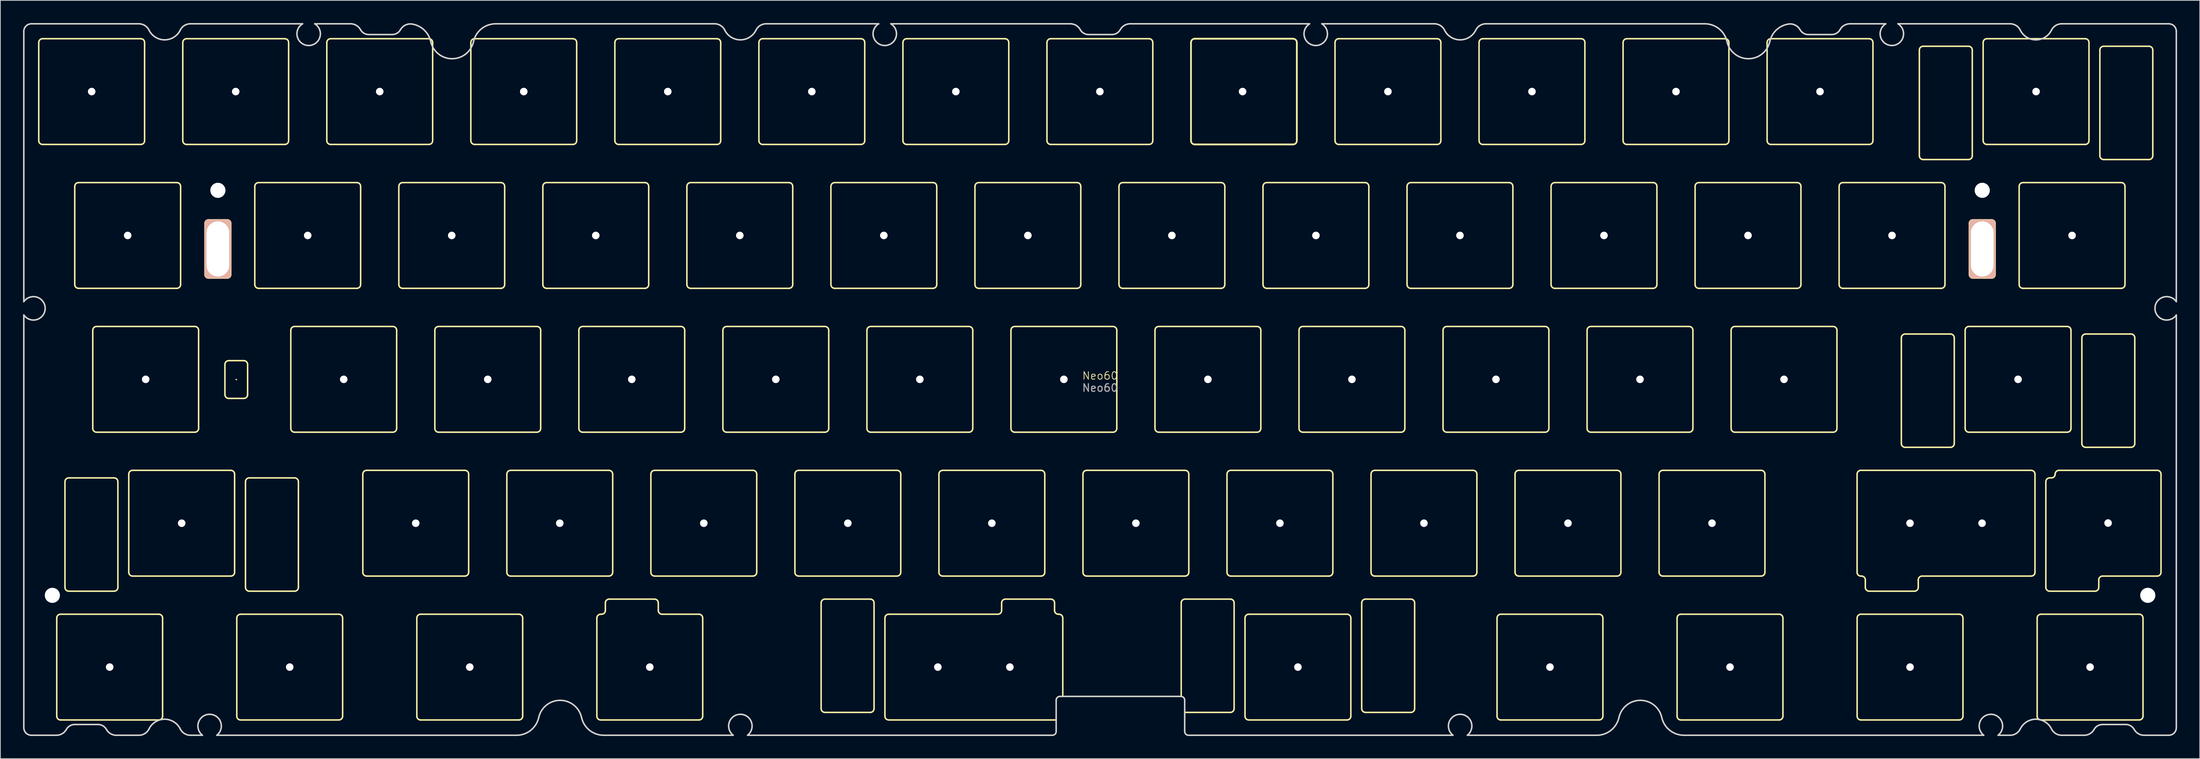
<source format=kicad_pcb>
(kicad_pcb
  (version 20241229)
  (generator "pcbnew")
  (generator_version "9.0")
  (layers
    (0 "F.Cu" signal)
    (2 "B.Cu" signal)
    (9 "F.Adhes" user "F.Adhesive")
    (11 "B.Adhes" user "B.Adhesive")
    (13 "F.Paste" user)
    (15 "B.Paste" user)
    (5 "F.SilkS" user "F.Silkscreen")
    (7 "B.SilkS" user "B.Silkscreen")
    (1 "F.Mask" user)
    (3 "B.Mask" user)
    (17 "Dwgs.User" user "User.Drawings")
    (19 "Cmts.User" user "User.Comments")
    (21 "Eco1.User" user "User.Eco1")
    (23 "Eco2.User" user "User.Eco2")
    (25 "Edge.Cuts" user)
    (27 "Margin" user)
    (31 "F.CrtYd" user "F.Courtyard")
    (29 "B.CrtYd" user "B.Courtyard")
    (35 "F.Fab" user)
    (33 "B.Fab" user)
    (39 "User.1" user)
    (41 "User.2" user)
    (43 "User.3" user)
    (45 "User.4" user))
  (footprint "Neo60"
    (layer "F.Cu")
    (at 142.45 47.2)
    (property "Reference" "Neo60" (at 0 -0.5 0) (unlocked yes) (layer "F.SilkS") (effects (font (size 1 1) (thickness 0.1))))
    (attr smd)
    (fp_line (start -140.375 -44.625) (end -140.375 -31.625) (stroke (width 0.2) (type solid)) (layer "F.SilkS"))
    (fp_line (start -139.875 -31.125) (end -126.875 -31.125) (stroke (width 0.2) (type solid)) (layer "F.SilkS"))
    (fp_line (start -137.994 31.575) (end -137.994 44.575) (stroke (width 0.2) (type solid)) (layer "F.SilkS"))
    (fp_line (start -137.494 45.075) (end -124.494 45.075) (stroke (width 0.2) (type default)) (layer "F.SilkS"))
    (fp_line (start -136.907 13.525) (end -136.907 27.525) (stroke (width 0.2) (type default)) (layer "F.SilkS"))
    (fp_line (start -136.407 28.025) (end -130.407 28.025) (stroke (width 0.2) (type default)) (layer "F.SilkS"))
    (fp_line (start -135.613 -25.575) (end -135.613 -12.575) (stroke (width 0.2) (type default)) (layer "F.SilkS"))
    (fp_line (start -135.113 -12.075) (end -122.112 -12.075) (stroke (width 0.2) (type default)) (layer "F.SilkS"))
    (fp_line (start -133.231 -6.525) (end -133.231 6.475) (stroke (width 0.2) (type default)) (layer "F.SilkS"))
    (fp_line (start -132.731 6.975) (end -119.731 6.975) (stroke (width 0.2) (type default)) (layer "F.SilkS"))
    (fp_line (start -130.407 13.025) (end -136.407 13.025) (stroke (width 0.2) (type default)) (layer "F.SilkS"))
    (fp_line (start -129.907 27.525) (end -129.907 13.525) (stroke (width 0.2) (type default)) (layer "F.SilkS"))
    (fp_line (start -128.469 12.525) (end -128.469 25.525) (stroke (width 0.2) (type default)) (layer "F.SilkS"))
    (fp_line (start -127.969 26.025) (end -114.969 26.025) (stroke (width 0.2) (type default)) (layer "F.SilkS"))
    (fp_line (start -126.875 -45.125) (end -139.875 -45.125) (stroke (width 0.2) (type solid)) (layer "F.SilkS"))
    (fp_line (start -126.375 -31.625) (end -126.375 -44.625) (stroke (width 0.2) (type solid)) (layer "F.SilkS"))
    (fp_line (start -124.494 31.075) (end -137.494 31.075) (stroke (width 0.2) (type default)) (layer "F.SilkS"))
    (fp_line (start -123.994 44.575) (end -123.994 31.575) (stroke (width 0.2) (type default)) (layer "F.SilkS"))
    (fp_line (start -122.112 -26.075) (end -135.113 -26.075) (stroke (width 0.2) (type default)) (layer "F.SilkS"))
    (fp_line (start -121.612 -12.575) (end -121.612 -25.575) (stroke (width 0.2) (type default)) (layer "F.SilkS"))
    (fp_line (start -121.325 -44.625) (end -121.325 -31.625) (stroke (width 0.2) (type solid)) (layer "F.SilkS"))
    (fp_line (start -120.825 -31.125) (end -107.825 -31.125) (stroke (width 0.2) (type default)) (layer "F.SilkS"))
    (fp_line (start -119.731 -7.025) (end -132.731 -7.025) (stroke (width 0.2) (type default)) (layer "F.SilkS"))
    (fp_line (start -119.231 6.475) (end -119.231 -6.525) (stroke (width 0.2) (type default)) (layer "F.SilkS"))
    (fp_line (start -118.431 -20.688) (end -118.431 -13.887) (stroke (width 0.1) (type default)) (layer "F.SilkS"))
    (fp_line (start -117.931 -21.188) (end -115.431 -21.188) (stroke (width 0.1) (type default)) (layer "F.SilkS"))
    (fp_line (start -117.931 -13.387) (end -115.431 -13.387) (stroke (width 0.1) (type default)) (layer "F.SilkS"))
    (fp_line (start -115.75 -2) (end -115.75 2) (stroke (width 0.2) (type solid)) (layer "F.SilkS"))
    (fp_line (start -115.25 -2.5) (end -113.25 -2.5) (stroke (width 0.2) (type solid)) (layer "F.SilkS"))
    (fp_line (start -115.25 2.5) (end -113.25 2.5) (stroke (width 0.2) (type solid)) (layer "F.SilkS"))
    (fp_line (start -114.969 12.025) (end -127.969 12.025) (stroke (width 0.2) (type default)) (layer "F.SilkS"))
    (fp_line (start -114.931 -20.688) (end -114.931 -13.887) (stroke (width 0.1) (type default)) (layer "F.SilkS"))
    (fp_line (start -114.469 25.525) (end -114.469 12.525) (stroke (width 0.2) (type default)) (layer "F.SilkS"))
    (fp_line (start -114.181 31.575) (end -114.181 44.575) (stroke (width 0.2) (type default)) (layer "F.SilkS"))
    (fp_line (start -113.681 45.075) (end -100.681 45.075) (stroke (width 0.2) (type default)) (layer "F.SilkS"))
    (fp_line (start -113.031 13.525) (end -113.031 27.525) (stroke (width 0.2) (type default)) (layer "F.SilkS"))
    (fp_line (start -112.75 -2) (end -112.75 2) (stroke (width 0.2) (type solid)) (layer "F.SilkS"))
    (fp_line (start -112.531 28.025) (end -106.531 28.025) (stroke (width 0.2) (type default)) (layer "F.SilkS"))
    (fp_line (start -111.8 -25.575) (end -111.8 -12.575) (stroke (width 0.2) (type default)) (layer "F.SilkS"))
    (fp_line (start -111.3 -12.075) (end -98.3 -12.075) (stroke (width 0.2) (type default)) (layer "F.SilkS"))
    (fp_line (start -107.825 -45.125) (end -120.825 -45.125) (stroke (width 0.2) (type default)) (layer "F.SilkS"))
    (fp_line (start -107.325 -31.625) (end -107.325 -44.625) (stroke (width 0.2) (type default)) (layer "F.SilkS"))
    (fp_line (start -107.037 -6.525) (end -107.037 6.475) (stroke (width 0.2) (type default)) (layer "F.SilkS"))
    (fp_line (start -106.537 6.975) (end -93.537 6.975) (stroke (width 0.2) (type default)) (layer "F.SilkS"))
    (fp_line (start -106.531 13.025) (end -112.531 13.025) (stroke (width 0.2) (type default)) (layer "F.SilkS"))
    (fp_line (start -106.031 27.525) (end -106.031 13.525) (stroke (width 0.2) (type default)) (layer "F.SilkS"))
    (fp_line (start -102.275 -44.625) (end -102.275 -31.625) (stroke (width 0.2) (type default)) (layer "F.SilkS"))
    (fp_line (start -101.775 -31.125) (end -88.775 -31.125) (stroke (width 0.2) (type default)) (layer "F.SilkS"))
    (fp_line (start -100.681 31.075) (end -113.681 31.075) (stroke (width 0.2) (type default)) (layer "F.SilkS"))
    (fp_line (start -100.181 44.575) (end -100.181 31.575) (stroke (width 0.2) (type default)) (layer "F.SilkS"))
    (fp_line (start -98.3 -26.075) (end -111.3 -26.075) (stroke (width 0.2) (type default)) (layer "F.SilkS"))
    (fp_line (start -97.8 -12.575) (end -97.8 -25.575) (stroke (width 0.2) (type default)) (layer "F.SilkS"))
    (fp_line (start -97.512 12.525) (end -97.512 25.525) (stroke (width 0.2) (type default)) (layer "F.SilkS"))
    (fp_line (start -97.012 26.025) (end -84.012 26.025) (stroke (width 0.2) (type default)) (layer "F.SilkS"))
    (fp_line (start -93.537 -7.025) (end -106.537 -7.025) (stroke (width 0.2) (type default)) (layer "F.SilkS"))
    (fp_line (start -93.037 6.475) (end -93.037 -6.525) (stroke (width 0.2) (type default)) (layer "F.SilkS"))
    (fp_line (start -92.75 -25.575) (end -92.75 -12.575) (stroke (width 0.2) (type default)) (layer "F.SilkS"))
    (fp_line (start -92.25 -12.075) (end -79.25 -12.075) (stroke (width 0.2) (type default)) (layer "F.SilkS"))
    (fp_line (start -90.369 31.575) (end -90.369 44.575) (stroke (width 0.2) (type default)) (layer "F.SilkS"))
    (fp_line (start -89.869 45.075) (end -76.869 45.075) (stroke (width 0.2) (type default)) (layer "F.SilkS"))
    (fp_line (start -88.775 -45.125) (end -101.775 -45.125) (stroke (width 0.2) (type default)) (layer "F.SilkS"))
    (fp_line (start -88.275 -31.625) (end -88.275 -44.625) (stroke (width 0.2) (type default)) (layer "F.SilkS"))
    (fp_line (start -87.987 -6.525) (end -87.987 6.475) (stroke (width 0.2) (type default)) (layer "F.SilkS"))
    (fp_line (start -87.487 6.975) (end -74.487 6.975) (stroke (width 0.2) (type default)) (layer "F.SilkS"))
    (fp_line (start -84.012 12.025) (end -97.012 12.025) (stroke (width 0.2) (type default)) (layer "F.SilkS"))
    (fp_line (start -83.512 25.525) (end -83.512 12.525) (stroke (width 0.2) (type default)) (layer "F.SilkS"))
    (fp_line (start -83.225 -44.625) (end -83.225 -31.625) (stroke (width 0.2) (type default)) (layer "F.SilkS"))
    (fp_line (start -82.725 -31.125) (end -69.725 -31.125) (stroke (width 0.2) (type default)) (layer "F.SilkS"))
    (fp_line (start -79.25 -26.075) (end -92.25 -26.075) (stroke (width 0.2) (type default)) (layer "F.SilkS"))
    (fp_line (start -78.75 -12.575) (end -78.75 -25.575) (stroke (width 0.2) (type default)) (layer "F.SilkS"))
    (fp_line (start -78.462 12.525) (end -78.462 25.525) (stroke (width 0.2) (type default)) (layer "F.SilkS"))
    (fp_line (start -77.962 26.025) (end -64.962 26.025) (stroke (width 0.2) (type default)) (layer "F.SilkS"))
    (fp_line (start -76.869 31.075) (end -89.869 31.075) (stroke (width 0.2) (type default)) (layer "F.SilkS"))
    (fp_line (start -76.369 44.575) (end -76.369 31.575) (stroke (width 0.2) (type default)) (layer "F.SilkS"))
    (fp_line (start -74.487 -7.025) (end -87.487 -7.025) (stroke (width 0.2) (type default)) (layer "F.SilkS"))
    (fp_line (start -73.987 6.475) (end -73.987 -6.525) (stroke (width 0.2) (type default)) (layer "F.SilkS"))
    (fp_line (start -73.7 -25.575) (end -73.7 -12.575) (stroke (width 0.2) (type default)) (layer "F.SilkS"))
    (fp_line (start -73.2 -12.075) (end -60.2 -12.075) (stroke (width 0.2) (type default)) (layer "F.SilkS"))
    (fp_line (start -69.725 -45.125) (end -82.725 -45.125) (stroke (width 0.2) (type default)) (layer "F.SilkS"))
    (fp_line (start -69.225 -31.625) (end -69.225 -44.625) (stroke (width 0.2) (type default)) (layer "F.SilkS"))
    (fp_line (start -68.937 -6.525) (end -68.937 6.475) (stroke (width 0.2) (type default)) (layer "F.SilkS"))
    (fp_line (start -68.437 6.975) (end -55.437 6.975) (stroke (width 0.2) (type default)) (layer "F.SilkS"))
    (fp_line (start -66.556 31.575) (end -66.556 44.575) (stroke (width 0.2) (type default)) (layer "F.SilkS"))
    (fp_line (start -66.056 45.075) (end -53.056 45.075) (stroke (width 0.2) (type default)) (layer "F.SilkS"))
    (fp_line (start -65.931 31.075) (end -66.056 31.075) (stroke (width 0.2) (type solid)) (layer "F.SilkS"))
    (fp_line (start -65.431 29.575) (end -65.431 30.575) (stroke (width 0.2) (type default)) (layer "F.SilkS"))
    (fp_line (start -64.962 12.025) (end -77.962 12.025) (stroke (width 0.2) (type default)) (layer "F.SilkS"))
    (fp_line (start -64.931 29.075) (end -58.931 29.075) (stroke (width 0.2) (type default)) (layer "F.SilkS"))
    (fp_line (start -64.462 25.525) (end -64.462 12.525) (stroke (width 0.2) (type default)) (layer "F.SilkS"))
    (fp_line (start -64.175 -44.625) (end -64.175 -31.625) (stroke (width 0.2) (type default)) (layer "F.SilkS"))
    (fp_line (start -63.675 -31.125) (end -50.675 -31.125) (stroke (width 0.2) (type default)) (layer "F.SilkS"))
    (fp_line (start -60.2 -26.075) (end -73.2 -26.075) (stroke (width 0.2) (type default)) (layer "F.SilkS"))
    (fp_line (start -59.7 -12.575) (end -59.7 -25.575) (stroke (width 0.2) (type default)) (layer "F.SilkS"))
    (fp_line (start -59.412 12.525) (end -59.412 25.525) (stroke (width 0.2) (type default)) (layer "F.SilkS"))
    (fp_line (start -58.912 26.025) (end -45.912 26.025) (stroke (width 0.2) (type default)) (layer "F.SilkS"))
    (fp_line (start -58.431 29.575) (end -58.431 30.575) (stroke (width 0.2) (type default)) (layer "F.SilkS"))
    (fp_line (start -55.437 -7.025) (end -68.437 -7.025) (stroke (width 0.2) (type default)) (layer "F.SilkS"))
    (fp_line (start -54.937 6.475) (end -54.937 -6.525) (stroke (width 0.2) (type default)) (layer "F.SilkS"))
    (fp_line (start -54.65 -25.575) (end -54.65 -12.575) (stroke (width 0.2) (type default)) (layer "F.SilkS"))
    (fp_line (start -54.15 -12.075) (end -41.15 -12.075) (stroke (width 0.2) (type default)) (layer "F.SilkS"))
    (fp_line (start -53.056 31.075) (end -57.931 31.075) (stroke (width 0.2) (type default)) (layer "F.SilkS"))
    (fp_line (start -52.556 44.575) (end -52.556 31.575) (stroke (width 0.2) (type default)) (layer "F.SilkS"))
    (fp_line (start -50.675 -45.125) (end -63.675 -45.125) (stroke (width 0.2) (type default)) (layer "F.SilkS"))
    (fp_line (start -50.175 -31.625) (end -50.175 -44.625) (stroke (width 0.2) (type default)) (layer "F.SilkS"))
    (fp_line (start -49.887 -6.525) (end -49.887 6.475) (stroke (width 0.2) (type default)) (layer "F.SilkS"))
    (fp_line (start -49.387 6.975) (end -36.387 6.975) (stroke (width 0.2) (type default)) (layer "F.SilkS"))
    (fp_line (start -45.912 12.025) (end -58.912 12.025) (stroke (width 0.2) (type default)) (layer "F.SilkS"))
    (fp_line (start -45.412 25.525) (end -45.412 12.525) (stroke (width 0.2) (type default)) (layer "F.SilkS"))
    (fp_line (start -45.125 -44.625) (end -45.125 -31.625) (stroke (width 0.2) (type default)) (layer "F.SilkS"))
    (fp_line (start -44.625 -31.125) (end -31.625 -31.125) (stroke (width 0.2) (type default)) (layer "F.SilkS"))
    (fp_line (start -41.15 -26.075) (end -54.15 -26.075) (stroke (width 0.2) (type default)) (layer "F.SilkS"))
    (fp_line (start -40.65 -12.575) (end -40.65 -25.575) (stroke (width 0.2) (type default)) (layer "F.SilkS"))
    (fp_line (start -40.362 12.525) (end -40.362 25.525) (stroke (width 0.2) (type default)) (layer "F.SilkS"))
    (fp_line (start -39.862 26.025) (end -26.862 26.025) (stroke (width 0.2) (type default)) (layer "F.SilkS"))
    (fp_line (start -36.894 29.575) (end -36.894 43.575) (stroke (width 0.2) (type default)) (layer "F.SilkS"))
    (fp_line (start -36.394 44.075) (end -30.394 44.075) (stroke (width 0.2) (type default)) (layer "F.SilkS"))
    (fp_line (start -36.387 -7.025) (end -49.387 -7.025) (stroke (width 0.2) (type default)) (layer "F.SilkS"))
    (fp_line (start -35.887 6.475) (end -35.887 -6.525) (stroke (width 0.2) (type default)) (layer "F.SilkS"))
    (fp_line (start -35.6 -25.575) (end -35.6 -12.575) (stroke (width 0.2) (type default)) (layer "F.SilkS"))
    (fp_line (start -35.1 -12.075) (end -22.1 -12.075) (stroke (width 0.2) (type default)) (layer "F.SilkS"))
    (fp_line (start -31.625 -45.125) (end -44.625 -45.125) (stroke (width 0.2) (type default)) (layer "F.SilkS"))
    (fp_line (start -31.125 -31.625) (end -31.125 -44.625) (stroke (width 0.2) (type default)) (layer "F.SilkS"))
    (fp_line (start -30.837 6.475) (end -30.837 -6.525) (stroke (width 0.2) (type default)) (layer "F.SilkS"))
    (fp_line (start -30.394 29.075) (end -36.394 29.075) (stroke (width 0.2) (type default)) (layer "F.SilkS"))
    (fp_line (start -30.337 6.975) (end -17.337 6.975) (stroke (width 0.2) (type default)) (layer "F.SilkS"))
    (fp_line (start -29.894 43.575) (end -29.894 29.575) (stroke (width 0.2) (type default)) (layer "F.SilkS"))
    (fp_line (start -28.456 31.575) (end -28.456 44.575) (stroke (width 0.2) (type default)) (layer "F.SilkS"))
    (fp_line (start -27.956 45.075) (end -5.806 45.075) (stroke (width 0.2) (type solid)) (layer "F.SilkS"))
    (fp_line (start -26.862 12.025) (end -39.862 12.025) (stroke (width 0.2) (type default)) (layer "F.SilkS"))
    (fp_line (start -26.362 25.525) (end -26.362 12.525) (stroke (width 0.2) (type default)) (layer "F.SilkS"))
    (fp_line (start -26.075 -44.625) (end -26.075 -31.625) (stroke (width 0.2) (type default)) (layer "F.SilkS"))
    (fp_line (start -22.1 -26.075) (end -35.1 -26.075) (stroke (width 0.2) (type default)) (layer "F.SilkS"))
    (fp_line (start -21.6 -12.575) (end -21.6 -25.575) (stroke (width 0.2) (type default)) (layer "F.SilkS"))
    (fp_line (start -21.312 12.525) (end -21.312 25.525) (stroke (width 0.2) (type default)) (layer "F.SilkS"))
    (fp_line (start -20.812 26.025) (end -7.812 26.025) (stroke (width 0.2) (type default)) (layer "F.SilkS"))
    (fp_line (start -17.337 -7.025) (end -30.337 -7.025) (stroke (width 0.2) (type default)) (layer "F.SilkS"))
    (fp_line (start -16.837 6.475) (end -16.837 -6.525) (stroke (width 0.2) (type default)) (layer "F.SilkS"))
    (fp_line (start -16.55 -25.575) (end -16.55 -12.575) (stroke (width 0.2) (type default)) (layer "F.SilkS"))
    (fp_line (start -16.05 -12.075) (end -3.05 -12.075) (stroke (width 0.2) (type default)) (layer "F.SilkS"))
    (fp_line (start -13.518 31.075) (end -27.956 31.075) (stroke (width 0.2) (type default)) (layer "F.SilkS"))
    (fp_line (start -13.018 29.575) (end -13.018 30.575) (stroke (width 0.2) (type default)) (layer "F.SilkS"))
    (fp_line (start -12.575 -45.125) (end -25.575 -45.125) (stroke (width 0.2) (type default)) (layer "F.SilkS"))
    (fp_line (start -12.575 -31.125) (end -25.575 -31.125) (stroke (width 0.2) (type default)) (layer "F.SilkS"))
    (fp_line (start -12.518 29.075) (end -6.518 29.075) (stroke (width 0.2) (type default)) (layer "F.SilkS"))
    (fp_line (start -12.075 -31.625) (end -12.075 -44.625) (stroke (width 0.2) (type default)) (layer "F.SilkS"))
    (fp_line (start -11.787 -6.525) (end -11.787 6.475) (stroke (width 0.2) (type default)) (layer "F.SilkS"))
    (fp_line (start -11.287 6.975) (end 1.713 6.975) (stroke (width 0.2) (type default)) (layer "F.SilkS"))
    (fp_line (start -7.812 12.025) (end -20.812 12.025) (stroke (width 0.2) (type default)) (layer "F.SilkS"))
    (fp_line (start -7.312 25.525) (end -7.312 12.525) (stroke (width 0.2) (type default)) (layer "F.SilkS"))
    (fp_line (start -7.025 -44.625) (end -7.025 -31.625) (stroke (width 0.2) (type default)) (layer "F.SilkS"))
    (fp_line (start -6.525 -31.125) (end 6.475 -31.125) (stroke (width 0.2) (type default)) (layer "F.SilkS"))
    (fp_line (start -6.018 29.575) (end -6.018 30.575) (stroke (width 0.2) (type default)) (layer "F.SilkS"))
    (fp_line (start -5.431 31.075) (end -5.518 31.075) (stroke (width 0.2) (type default)) (layer "F.SilkS"))
    (fp_line (start -4.931 41.956) (end -4.931 31.575) (stroke (width 0.2) (type solid)) (layer "F.SilkS"))
    (fp_line (start -3.05 -26.075) (end -16.05 -26.075) (stroke (width 0.2) (type default)) (layer "F.SilkS"))
    (fp_line (start -2.55 -12.575) (end -2.55 -25.575) (stroke (width 0.2) (type default)) (layer "F.SilkS"))
    (fp_line (start -2.262 12.525) (end -2.262 25.525) (stroke (width 0.2) (type default)) (layer "F.SilkS"))
    (fp_line (start -1.762 26.025) (end 11.238 26.025) (stroke (width 0.2) (type default)) (layer "F.SilkS"))
    (fp_line (start 1.713 -7.025) (end -11.287 -7.025) (stroke (width 0.2) (type default)) (layer "F.SilkS"))
    (fp_line (start 2.213 6.475) (end 2.213 -6.525) (stroke (width 0.2) (type default)) (layer "F.SilkS"))
    (fp_line (start 2.5 -25.575) (end 2.5 -12.575) (stroke (width 0.2) (type default)) (layer "F.SilkS"))
    (fp_line (start 3 -12.075) (end 16 -12.075) (stroke (width 0.2) (type default)) (layer "F.SilkS"))
    (fp_line (start 6.475 -45.125) (end -6.525 -45.125) (stroke (width 0.2) (type default)) (layer "F.SilkS"))
    (fp_line (start 6.975 -31.625) (end 6.975 -44.625) (stroke (width 0.2) (type default)) (layer "F.SilkS"))
    (fp_line (start 7.263 -6.525) (end 7.263 6.475) (stroke (width 0.2) (type default)) (layer "F.SilkS"))
    (fp_line (start 7.763 6.975) (end 20.763 6.975) (stroke (width 0.2) (type default)) (layer "F.SilkS"))
    (fp_line (start 10.731 29.575) (end 10.731 41.956) (stroke (width 0.2) (type solid)) (layer "F.SilkS"))
    (fp_line (start 11.193 44.075) (end 17.231 44.075) (stroke (width 0.2) (type solid)) (layer "F.SilkS"))
    (fp_line (start 11.238 12.025) (end -1.762 12.025) (stroke (width 0.2) (type default)) (layer "F.SilkS"))
    (fp_line (start 11.738 25.525) (end 11.738 12.525) (stroke (width 0.2) (type default)) (layer "F.SilkS"))
    (fp_line (start 12.025 -44.625) (end 12.025 -31.625) (stroke (width 0.2) (type default)) (layer "F.SilkS"))
    (fp_line (start 12.025 -44.625) (end 12.025 -31.625) (stroke (width 0.2) (type default)) (layer "F.SilkS"))
    (fp_line (start 12.025 -44.625) (end 12.025 -31.625) (stroke (width 0.2) (type default)) (layer "F.SilkS"))
    (fp_line (start 12.025 -44.625) (end 12.025 -31.625) (stroke (width 0.2) (type default)) (layer "F.SilkS"))
    (fp_line (start 12.525 -31.125) (end 25.525 -31.125) (stroke (width 0.2) (type default)) (layer "F.SilkS"))
    (fp_line (start 12.525 -31.125) (end 25.525 -31.125) (stroke (width 0.2) (type default)) (layer "F.SilkS"))
    (fp_line (start 12.525 -31.125) (end 25.525 -31.125) (stroke (width 0.2) (type default)) (layer "F.SilkS"))
    (fp_line (start 12.525 -31.125) (end 25.525 -31.125) (stroke (width 0.2) (type default)) (layer "F.SilkS"))
    (fp_line (start 16 -26.075) (end 3 -26.075) (stroke (width 0.2) (type default)) (layer "F.SilkS"))
    (fp_line (start 16.5 -12.575) (end 16.5 -25.575) (stroke (width 0.2) (type default)) (layer "F.SilkS"))
    (fp_line (start 16.788 12.525) (end 16.788 25.525) (stroke (width 0.2) (type default)) (layer "F.SilkS"))
    (fp_line (start 17.231 29.075) (end 11.231 29.075) (stroke (width 0.2) (type default)) (layer "F.SilkS"))
    (fp_line (start 17.288 26.025) (end 30.288 26.025) (stroke (width 0.2) (type default)) (layer "F.SilkS"))
    (fp_line (start 17.731 43.575) (end 17.731 29.575) (stroke (width 0.2) (type default)) (layer "F.SilkS"))
    (fp_line (start 19.169 31.575) (end 19.169 44.575) (stroke (width 0.2) (type default)) (layer "F.SilkS"))
    (fp_line (start 19.669 45.075) (end 32.669 45.075) (stroke (width 0.2) (type default)) (layer "F.SilkS"))
    (fp_line (start 20.763 -7.025) (end 7.763 -7.025) (stroke (width 0.2) (type default)) (layer "F.SilkS"))
    (fp_line (start 21.263 6.475) (end 21.263 -6.525) (stroke (width 0.2) (type default)) (layer "F.SilkS"))
    (fp_line (start 21.55 -25.575) (end 21.55 -12.575) (stroke (width 0.2) (type default)) (layer "F.SilkS"))
    (fp_line (start 22.05 -12.075) (end 35.05 -12.075) (stroke (width 0.2) (type default)) (layer "F.SilkS"))
    (fp_line (start 25.525 -45.125) (end 12.525 -45.125) (stroke (width 0.2) (type default)) (layer "F.SilkS"))
    (fp_line (start 25.525 -45.125) (end 12.525 -45.125) (stroke (width 0.2) (type default)) (layer "F.SilkS"))
    (fp_line (start 25.525 -45.125) (end 12.525 -45.125) (stroke (width 0.2) (type default)) (layer "F.SilkS"))
    (fp_line (start 25.525 -45.125) (end 12.525 -45.125) (stroke (width 0.2) (type default)) (layer "F.SilkS"))
    (fp_line (start 26.025 -31.625) (end 26.025 -44.625) (stroke (width 0.2) (type default)) (layer "F.SilkS"))
    (fp_line (start 26.025 -31.625) (end 26.025 -44.625) (stroke (width 0.2) (type default)) (layer "F.SilkS"))
    (fp_line (start 26.025 -31.625) (end 26.025 -44.625) (stroke (width 0.2) (type default)) (layer "F.SilkS"))
    (fp_line (start 26.025 -31.625) (end 26.025 -44.625) (stroke (width 0.2) (type default)) (layer "F.SilkS"))
    (fp_line (start 26.313 -6.525) (end 26.313 6.475) (stroke (width 0.2) (type default)) (layer "F.SilkS"))
    (fp_line (start 26.813 6.975) (end 39.813 6.975) (stroke (width 0.2) (type default)) (layer "F.SilkS"))
    (fp_line (start 30.288 12.025) (end 17.288 12.025) (stroke (width 0.2) (type default)) (layer "F.SilkS"))
    (fp_line (start 30.788 25.525) (end 30.788 12.525) (stroke (width 0.2) (type default)) (layer "F.SilkS"))
    (fp_line (start 31.075 -44.625) (end 31.075 -31.625) (stroke (width 0.2) (type default)) (layer "F.SilkS"))
    (fp_line (start 31.575 -31.125) (end 44.575 -31.125) (stroke (width 0.2) (type default)) (layer "F.SilkS"))
    (fp_line (start 32.669 31.075) (end 19.669 31.075) (stroke (width 0.2) (type default)) (layer "F.SilkS"))
    (fp_line (start 33.169 44.575) (end 33.169 31.575) (stroke (width 0.2) (type default)) (layer "F.SilkS"))
    (fp_line (start 34.607 29.575) (end 34.607 43.575) (stroke (width 0.2) (type default)) (layer "F.SilkS"))
    (fp_line (start 35.05 -26.075) (end 22.05 -26.075) (stroke (width 0.2) (type default)) (layer "F.SilkS"))
    (fp_line (start 35.107 44.075) (end 41.107 44.075) (stroke (width 0.2) (type default)) (layer "F.SilkS"))
    (fp_line (start 35.55 -12.575) (end 35.55 -25.575) (stroke (width 0.2) (type default)) (layer "F.SilkS"))
    (fp_line (start 35.838 12.525) (end 35.838 25.525) (stroke (width 0.2) (type default)) (layer "F.SilkS"))
    (fp_line (start 36.338 26.025) (end 49.338 26.025) (stroke (width 0.2) (type default)) (layer "F.SilkS"))
    (fp_line (start 39.813 -7.025) (end 26.813 -7.025) (stroke (width 0.2) (type default)) (layer "F.SilkS"))
    (fp_line (start 40.313 6.475) (end 40.313 -6.525) (stroke (width 0.2) (type default)) (layer "F.SilkS"))
    (fp_line (start 40.6 -25.575) (end 40.6 -12.575) (stroke (width 0.2) (type default)) (layer "F.SilkS"))
    (fp_line (start 41.1 -12.075) (end 54.1 -12.075) (stroke (width 0.2) (type default)) (layer "F.SilkS"))
    (fp_line (start 41.107 29.075) (end 35.107 29.075) (stroke (width 0.2) (type default)) (layer "F.SilkS"))
    (fp_line (start 41.607 43.575) (end 41.607 29.575) (stroke (width 0.2) (type default)) (layer "F.SilkS"))
    (fp_line (start 44.575 -45.125) (end 31.575 -45.125) (stroke (width 0.2) (type default)) (layer "F.SilkS"))
    (fp_line (start 45.075 -31.625) (end 45.075 -44.625) (stroke (width 0.2) (type default)) (layer "F.SilkS"))
    (fp_line (start 45.363 -6.525) (end 45.363 6.475) (stroke (width 0.2) (type default)) (layer "F.SilkS"))
    (fp_line (start 45.863 6.975) (end 58.863 6.975) (stroke (width 0.2) (type default)) (layer "F.SilkS"))
    (fp_line (start 49.338 12.025) (end 36.338 12.025) (stroke (width 0.2) (type default)) (layer "F.SilkS"))
    (fp_line (start 49.838 25.525) (end 49.838 12.525) (stroke (width 0.2) (type default)) (layer "F.SilkS"))
    (fp_line (start 50.125 -44.625) (end 50.125 -31.625) (stroke (width 0.2) (type default)) (layer "F.SilkS"))
    (fp_line (start 50.625 -31.125) (end 63.625 -31.125) (stroke (width 0.2) (type default)) (layer "F.SilkS"))
    (fp_line (start 52.506 31.575) (end 52.506 44.575) (stroke (width 0.2) (type default)) (layer "F.SilkS"))
    (fp_line (start 53.006 45.075) (end 66.006 45.075) (stroke (width 0.2) (type default)) (layer "F.SilkS"))
    (fp_line (start 54.1 -26.075) (end 41.1 -26.075) (stroke (width 0.2) (type default)) (layer "F.SilkS"))
    (fp_line (start 54.6 -12.575) (end 54.6 -25.575) (stroke (width 0.2) (type default)) (layer "F.SilkS"))
    (fp_line (start 54.888 12.525) (end 54.888 25.525) (stroke (width 0.2) (type default)) (layer "F.SilkS"))
    (fp_line (start 55.388 26.025) (end 68.388 26.025) (stroke (width 0.2) (type default)) (layer "F.SilkS"))
    (fp_line (start 58.863 -7.025) (end 45.863 -7.025) (stroke (width 0.2) (type default)) (layer "F.SilkS"))
    (fp_line (start 59.363 6.475) (end 59.363 -6.525) (stroke (width 0.2) (type default)) (layer "F.SilkS"))
    (fp_line (start 59.65 -25.575) (end 59.65 -12.575) (stroke (width 0.2) (type default)) (layer "F.SilkS"))
    (fp_line (start 60.15 -12.075) (end 73.15 -12.075) (stroke (width 0.2) (type default)) (layer "F.SilkS"))
    (fp_line (start 63.625 -45.125) (end 50.625 -45.125) (stroke (width 0.2) (type default)) (layer "F.SilkS"))
    (fp_line (start 64.125 -31.625) (end 64.125 -44.625) (stroke (width 0.2) (type default)) (layer "F.SilkS"))
    (fp_line (start 64.413 -6.525) (end 64.413 6.475) (stroke (width 0.2) (type default)) (layer "F.SilkS"))
    (fp_line (start 64.913 6.975) (end 77.913 6.975) (stroke (width 0.2) (type default)) (layer "F.SilkS"))
    (fp_line (start 66.006 31.075) (end 53.006 31.075) (stroke (width 0.2) (type default)) (layer "F.SilkS"))
    (fp_line (start 66.506 44.575) (end 66.506 31.575) (stroke (width 0.2) (type default)) (layer "F.SilkS"))
    (fp_line (start 68.388 12.025) (end 55.388 12.025) (stroke (width 0.2) (type default)) (layer "F.SilkS"))
    (fp_line (start 68.888 25.525) (end 68.888 12.525) (stroke (width 0.2) (type default)) (layer "F.SilkS"))
    (fp_line (start 69.175 -44.625) (end 69.175 -31.625) (stroke (width 0.2) (type default)) (layer "F.SilkS"))
    (fp_line (start 69.675 -31.125) (end 82.675 -31.125) (stroke (width 0.2) (type default)) (layer "F.SilkS"))
    (fp_line (start 73.15 -26.075) (end 60.15 -26.075) (stroke (width 0.2) (type default)) (layer "F.SilkS"))
    (fp_line (start 73.65 -12.575) (end 73.65 -25.575) (stroke (width 0.2) (type default)) (layer "F.SilkS"))
    (fp_line (start 73.938 12.525) (end 73.938 25.525) (stroke (width 0.2) (type default)) (layer "F.SilkS"))
    (fp_line (start 74.438 26.025) (end 87.438 26.025) (stroke (width 0.2) (type default)) (layer "F.SilkS"))
    (fp_line (start 76.319 31.575) (end 76.319 44.575) (stroke (width 0.2) (type default)) (layer "F.SilkS"))
    (fp_line (start 76.819 45.075) (end 89.819 45.075) (stroke (width 0.2) (type default)) (layer "F.SilkS"))
    (fp_line (start 77.913 -7.025) (end 64.913 -7.025) (stroke (width 0.2) (type default)) (layer "F.SilkS"))
    (fp_line (start 78.413 6.475) (end 78.413 -6.525) (stroke (width 0.2) (type default)) (layer "F.SilkS"))
    (fp_line (start 78.7 -25.575) (end 78.7 -12.575) (stroke (width 0.2) (type default)) (layer "F.SilkS"))
    (fp_line (start 79.2 -12.075) (end 92.2 -12.075) (stroke (width 0.2) (type default)) (layer "F.SilkS"))
    (fp_line (start 82.675 -45.125) (end 69.675 -45.125) (stroke (width 0.2) (type default)) (layer "F.SilkS"))
    (fp_line (start 83.175 -31.625) (end 83.175 -44.625) (stroke (width 0.2) (type default)) (layer "F.SilkS"))
    (fp_line (start 83.463 -6.525) (end 83.463 6.475) (stroke (width 0.2) (type default)) (layer "F.SilkS"))
    (fp_line (start 83.963 6.975) (end 96.963 6.975) (stroke (width 0.2) (type default)) (layer "F.SilkS"))
    (fp_line (start 87.438 12.025) (end 74.438 12.025) (stroke (width 0.2) (type default)) (layer "F.SilkS"))
    (fp_line (start 87.938 25.525) (end 87.938 12.525) (stroke (width 0.2) (type default)) (layer "F.SilkS"))
    (fp_line (start 88.225 -44.625) (end 88.225 -31.625) (stroke (width 0.2) (type default)) (layer "F.SilkS"))
    (fp_line (start 88.725 -31.125) (end 101.725 -31.125) (stroke (width 0.2) (type default)) (layer "F.SilkS"))
    (fp_line (start 89.819 31.075) (end 76.819 31.075) (stroke (width 0.2) (type default)) (layer "F.SilkS"))
    (fp_line (start 90.319 44.575) (end 90.319 31.575) (stroke (width 0.2) (type default)) (layer "F.SilkS"))
    (fp_line (start 92.2 -26.075) (end 79.2 -26.075) (stroke (width 0.2) (type default)) (layer "F.SilkS"))
    (fp_line (start 92.7 -12.575) (end 92.7 -25.575) (stroke (width 0.2) (type default)) (layer "F.SilkS"))
    (fp_line (start 96.963 -7.025) (end 83.963 -7.025) (stroke (width 0.2) (type default)) (layer "F.SilkS"))
    (fp_line (start 97.463 6.475) (end 97.463 -6.525) (stroke (width 0.2) (type default)) (layer "F.SilkS"))
    (fp_line (start 97.75 -25.575) (end 97.75 -12.575) (stroke (width 0.2) (type default)) (layer "F.SilkS"))
    (fp_line (start 98.25 -12.075) (end 111.25 -12.075) (stroke (width 0.2) (type default)) (layer "F.SilkS"))
    (fp_line (start 100.126 12.525) (end 100.126 25.525) (stroke (width 0.2) (type solid)) (layer "F.SilkS"))
    (fp_line (start 100.131 31.575) (end 100.131 44.575) (stroke (width 0.2) (type default)) (layer "F.SilkS"))
    (fp_line (start 100.626 26.025) (end 100.718 26.025) (stroke (width 0.2) (type solid)) (layer "F.SilkS"))
    (fp_line (start 100.631 45.075) (end 113.631 45.075) (stroke (width 0.2) (type default)) (layer "F.SilkS"))
    (fp_line (start 101.218 27.525) (end 101.218 26.525) (stroke (width 0.2) (type solid)) (layer "F.SilkS"))
    (fp_line (start 101.718 28.025) (end 107.718 28.025) (stroke (width 0.2) (type default)) (layer "F.SilkS"))
    (fp_line (start 101.725 -45.125) (end 88.725 -45.125) (stroke (width 0.2) (type default)) (layer "F.SilkS"))
    (fp_line (start 102.225 -31.625) (end 102.225 -44.625) (stroke (width 0.2) (type default)) (layer "F.SilkS"))
    (fp_line (start 105.981 -5.525) (end 105.981 8.475) (stroke (width 0.2) (type default)) (layer "F.SilkS"))
    (fp_line (start 106.481 8.975) (end 112.481 8.975) (stroke (width 0.2) (type default)) (layer "F.SilkS"))
    (fp_line (start 108.218 27.525) (end 108.218 26.525) (stroke (width 0.2) (type solid)) (layer "F.SilkS"))
    (fp_line (start 108.362 -43.625) (end 108.362 -29.625) (stroke (width 0.2) (type default)) (layer "F.SilkS"))
    (fp_line (start 108.718 26.025) (end 123.156 26.025) (stroke (width 0.2) (type solid)) (layer "F.SilkS"))
    (fp_line (start 108.862 -29.125) (end 114.862 -29.125) (stroke (width 0.2) (type default)) (layer "F.SilkS"))
    (fp_line (start 111.25 -26.075) (end 98.25 -26.075) (stroke (width 0.2) (type default)) (layer "F.SilkS"))
    (fp_line (start 111.75 -12.575) (end 111.75 -25.575) (stroke (width 0.2) (type default)) (layer "F.SilkS"))
    (fp_line (start 112.481 -6.025) (end 106.481 -6.025) (stroke (width 0.2) (type default)) (layer "F.SilkS"))
    (fp_line (start 112.981 8.475) (end 112.981 -5.525) (stroke (width 0.2) (type default)) (layer "F.SilkS"))
    (fp_line (start 113.631 31.075) (end 100.631 31.075) (stroke (width 0.2) (type default)) (layer "F.SilkS"))
    (fp_line (start 114.131 44.575) (end 114.131 31.575) (stroke (width 0.2) (type default)) (layer "F.SilkS"))
    (fp_line (start 114.419 -6.525) (end 114.419 6.475) (stroke (width 0.2) (type default)) (layer "F.SilkS"))
    (fp_line (start 114.862 -44.125) (end 108.862 -44.125) (stroke (width 0.2) (type default)) (layer "F.SilkS"))
    (fp_line (start 114.919 6.975) (end 127.919 6.975) (stroke (width 0.2) (type default)) (layer "F.SilkS"))
    (fp_line (start 114.931 -20.688) (end 114.931 -13.887) (stroke (width 0.1) (type default)) (layer "F.SilkS"))
    (fp_line (start 115.362 -29.625) (end 115.362 -43.625) (stroke (width 0.2) (type default)) (layer "F.SilkS"))
    (fp_line (start 115.431 -21.188) (end 117.931 -21.188) (stroke (width 0.1) (type default)) (layer "F.SilkS"))
    (fp_line (start 115.431 -13.387) (end 117.931 -13.387) (stroke (width 0.1) (type default)) (layer "F.SilkS"))
    (fp_line (start 116.8 -44.625) (end 116.8 -31.625) (stroke (width 0.2) (type default)) (layer "F.SilkS"))
    (fp_line (start 117.3 -31.125) (end 130.3 -31.125) (stroke (width 0.2) (type default)) (layer "F.SilkS"))
    (fp_line (start 118.431 -20.688) (end 118.431 -13.887) (stroke (width 0.1) (type default)) (layer "F.SilkS"))
    (fp_line (start 121.562 -25.575) (end 121.562 -12.575) (stroke (width 0.2) (type default)) (layer "F.SilkS"))
    (fp_line (start 122.062 -12.075) (end 135.062 -12.075) (stroke (width 0.2) (type default)) (layer "F.SilkS"))
    (fp_line (start 123.156 12.025) (end 100.626 12.025) (stroke (width 0.2) (type default)) (layer "F.SilkS"))
    (fp_line (start 123.656 25.525) (end 123.656 12.525) (stroke (width 0.2) (type default)) (layer "F.SilkS"))
    (fp_line (start 123.944 31.575) (end 123.944 44.575) (stroke (width 0.2) (type default)) (layer "F.SilkS"))
    (fp_line (start 124.444 45.075) (end 137.444 45.075) (stroke (width 0.2) (type default)) (layer "F.SilkS"))
    (fp_line (start 125.094 13.525) (end 125.094 27.525) (stroke (width 0.2) (type default)) (layer "F.SilkS"))
    (fp_line (start 125.594 28.025) (end 131.594 28.025) (stroke (width 0.2) (type default)) (layer "F.SilkS"))
    (fp_line (start 125.826 13.025) (end 125.594 13.025) (stroke (width 0.2) (type solid)) (layer "F.SilkS"))
    (fp_line (start 126.826 12.025) (end 139.826 12.025) (stroke (width 0.2) (type solid)) (layer "F.SilkS"))
    (fp_line (start 127.919 -7.025) (end 114.919 -7.025) (stroke (width 0.2) (type default)) (layer "F.SilkS"))
    (fp_line (start 128.419 6.475) (end 128.419 -6.525) (stroke (width 0.2) (type default)) (layer "F.SilkS"))
    (fp_line (start 129.857 -5.525) (end 129.857 8.475) (stroke (width 0.2) (type default)) (layer "F.SilkS"))
    (fp_line (start 130.3 -45.125) (end 117.3 -45.125) (stroke (width 0.2) (type default)) (layer "F.SilkS"))
    (fp_line (start 130.357 8.975) (end 136.357 8.975) (stroke (width 0.2) (type default)) (layer "F.SilkS"))
    (fp_line (start 130.8 -31.625) (end 130.8 -44.625) (stroke (width 0.2) (type default)) (layer "F.SilkS"))
    (fp_line (start 132.094 27.525) (end 132.094 26.525) (stroke (width 0.2) (type solid)) (layer "F.SilkS"))
    (fp_line (start 132.238 -43.625) (end 132.238 -29.625) (stroke (width 0.2) (type default)) (layer "F.SilkS"))
    (fp_line (start 132.594 26.025) (end 139.826 26.025) (stroke (width 0.2) (type solid)) (layer "F.SilkS"))
    (fp_line (start 132.738 -29.125) (end 138.738 -29.125) (stroke (width 0.2) (type default)) (layer "F.SilkS"))
    (fp_line (start 135.062 -26.075) (end 122.062 -26.075) (stroke (width 0.2) (type default)) (layer "F.SilkS"))
    (fp_line (start 135.562 -12.575) (end 135.562 -25.575) (stroke (width 0.2) (type default)) (layer "F.SilkS"))
    (fp_line (start 136.357 -6.025) (end 130.357 -6.025) (stroke (width 0.2) (type default)) (layer "F.SilkS"))
    (fp_line (start 136.857 8.475) (end 136.857 -5.525) (stroke (width 0.2) (type default)) (layer "F.SilkS"))
    (fp_line (start 137.444 31.075) (end 124.444 31.075) (stroke (width 0.2) (type default)) (layer "F.SilkS"))
    (fp_line (start 137.944 44.575) (end 137.944 31.575) (stroke (width 0.2) (type default)) (layer "F.SilkS"))
    (fp_line (start 138.738 -44.125) (end 132.738 -44.125) (stroke (width 0.2) (type default)) (layer "F.SilkS"))
    (fp_line (start 139.238 -29.625) (end 139.238 -43.625) (stroke (width 0.2) (type default)) (layer "F.SilkS"))
    (fp_line (start 140.326 25.525) (end 140.326 12.525) (stroke (width 0.2) (type solid)) (layer "F.SilkS"))
    (fp_arc (start -140.375 -44.625) (mid -140.228553 -44.978553) (end -139.875 -45.125) (stroke (width 0.2) (type solid)) (layer "F.SilkS"))
    (fp_arc (start -139.875 -31.125) (mid -140.228554 -31.271447) (end -140.375 -31.625002) (stroke (width 0.2) (type solid)) (layer "F.SilkS"))
    (fp_arc (start -137.9937 31.575) (mid -137.847253 31.221447) (end -137.4937 31.075) (stroke (width 0.2) (type default)) (layer "F.SilkS"))
    (fp_arc (start -137.4937 45.075) (mid -137.847253 44.928553) (end -137.9937 44.575) (stroke (width 0.2) (type default)) (layer "F.SilkS"))
    (fp_arc (start -136.9067 13.525) (mid -136.760253 13.171447) (end -136.4067 13.025) (stroke (width 0.2) (type default)) (layer "F.SilkS"))
    (fp_arc (start -136.4067 28.025) (mid -136.760253 27.878553) (end -136.9067 27.525) (stroke (width 0.2) (type default)) (layer "F.SilkS"))
    (fp_arc (start -135.6125 -25.575) (mid -135.466053 -25.928553) (end -135.1125 -26.075) (stroke (width 0.2) (type default)) (layer "F.SilkS"))
    (fp_arc (start -135.1125 -12.075) (mid -135.466053 -12.221447) (end -135.6125 -12.575) (stroke (width 0.2) (type default)) (layer "F.SilkS"))
    (fp_arc (start -133.2312 -6.525) (mid -133.084753 -6.878553) (end -132.7312 -7.025) (stroke (width 0.2) (type default)) (layer "F.SilkS"))
    (fp_arc (start -132.7312 6.975) (mid -133.084753 6.828553) (end -133.2312 6.475) (stroke (width 0.2) (type default)) (layer "F.SilkS"))
    (fp_arc (start -130.4067 13.025) (mid -130.053147 13.171447) (end -129.9067 13.525) (stroke (width 0.2) (type default)) (layer "F.SilkS"))
    (fp_arc (start -129.9067 27.525) (mid -130.053147 27.878553) (end -130.4067 28.025) (stroke (width 0.2) (type default)) (layer "F.SilkS"))
    (fp_arc (start -128.4687 12.525) (mid -128.322253 12.171447) (end -127.9687 12.025) (stroke (width 0.2) (type default)) (layer "F.SilkS"))
    (fp_arc (start -127.9687 26.025) (mid -128.322253 25.878553) (end -128.4687 25.525) (stroke (width 0.2) (type default)) (layer "F.SilkS"))
    (fp_arc (start -126.875 -45.125) (mid -126.521447 -44.978553) (end -126.375 -44.625) (stroke (width 0.2) (type solid)) (layer "F.SilkS"))
    (fp_arc (start -126.375 -31.625) (mid -126.521447 -31.271447) (end -126.875 -31.125) (stroke (width 0.2) (type solid)) (layer "F.SilkS"))
    (fp_arc (start -124.4937 31.075) (mid -124.140147 31.221447) (end -123.9937 31.575) (stroke (width 0.2) (type default)) (layer "F.SilkS"))
    (fp_arc (start -123.9937 44.575) (mid -124.140147 44.928553) (end -124.4937 45.075) (stroke (width 0.2) (type default)) (layer "F.SilkS"))
    (fp_arc (start -122.1125 -26.075) (mid -121.758947 -25.928553) (end -121.6125 -25.575) (stroke (width 0.2) (type default)) (layer "F.SilkS"))
    (fp_arc (start -121.6125 -12.575) (mid -121.758947 -12.221447) (end -122.1125 -12.075) (stroke (width 0.2) (type default)) (layer "F.SilkS"))
    (fp_arc (start -121.325 -44.625) (mid -121.178553 -44.978553) (end -120.825 -45.125) (stroke (width 0.2) (type default)) (layer "F.SilkS"))
    (fp_arc (start -120.825 -31.125) (mid -121.178553 -31.271447) (end -121.325 -31.625) (stroke (width 0.2) (type default)) (layer "F.SilkS"))
    (fp_arc (start -119.7312 -7.025) (mid -119.377647 -6.878553) (end -119.2312 -6.525) (stroke (width 0.2) (type default)) (layer "F.SilkS"))
    (fp_arc (start -119.2312 6.475) (mid -119.377647 6.828553) (end -119.7312 6.975) (stroke (width 0.2) (type default)) (layer "F.SilkS"))
    (fp_arc (start -118.4312 -20.6875) (mid -118.284753 -21.041053) (end -117.9312 -21.1875) (stroke (width 0.1) (type default)) (layer "F.SilkS"))
    (fp_arc (start -117.9312 -13.3875) (mid -118.284753 -13.533947) (end -118.4312 -13.8875) (stroke (width 0.1) (type default)) (layer "F.SilkS"))
    (fp_arc (start -115.75 -2) (mid -115.603553 -2.353553) (end -115.25 -2.5) (stroke (width 0.2) (type solid)) (layer "F.SilkS"))
    (fp_arc (start -115.4312 -21.1875) (mid -115.077647 -21.041053) (end -114.9312 -20.6875) (stroke (width 0.1) (type default)) (layer "F.SilkS"))
    (fp_arc (start -115.25 2.5) (mid -115.603553 2.353553) (end -115.75 2) (stroke (width 0.2) (type solid)) (layer "F.SilkS"))
    (fp_arc (start -114.9687 12.025) (mid -114.615147 12.171447) (end -114.4687 12.525) (stroke (width 0.2) (type default)) (layer "F.SilkS"))
    (fp_arc (start -114.9312 -13.8875) (mid -115.077647 -13.533947) (end -115.4312 -13.3875) (stroke (width 0.1) (type default)) (layer "F.SilkS"))
    (fp_arc (start -114.4687 25.525) (mid -114.615147 25.878553) (end -114.9687 26.025) (stroke (width 0.2) (type default)) (layer "F.SilkS"))
    (fp_arc (start -114.1812 31.575) (mid -114.034753 31.221447) (end -113.6812 31.075) (stroke (width 0.2) (type default)) (layer "F.SilkS"))
    (fp_arc (start -113.6812 45.075) (mid -114.034753 44.928553) (end -114.1812 44.575) (stroke (width 0.2) (type default)) (layer "F.SilkS"))
    (fp_arc (start -113.25 -2.5) (mid -112.896447 -2.353553) (end -112.75 -2) (stroke (width 0.2) (type solid)) (layer "F.SilkS"))
    (fp_arc (start -113.0307 13.525) (mid -112.884253 13.171447) (end -112.5307 13.025) (stroke (width 0.2) (type default)) (layer "F.SilkS"))
    (fp_arc (start -112.75 2) (mid -112.896447 2.353553) (end -113.25 2.5) (stroke (width 0.2) (type solid)) (layer "F.SilkS"))
    (fp_arc (start -112.5307 28.025) (mid -112.884253 27.878553) (end -113.0307 27.525) (stroke (width 0.2) (type default)) (layer "F.SilkS"))
    (fp_arc (start -111.8 -25.575) (mid -111.653553 -25.928553) (end -111.3 -26.075) (stroke (width 0.2) (type default)) (layer "F.SilkS"))
    (fp_arc (start -111.3 -12.075) (mid -111.653553 -12.221447) (end -111.8 -12.575) (stroke (width 0.2) (type default)) (layer "F.SilkS"))
    (fp_arc (start -107.825 -45.125) (mid -107.471447 -44.978553) (end -107.325 -44.625) (stroke (width 0.2) (type default)) (layer "F.SilkS"))
    (fp_arc (start -107.325 -31.625) (mid -107.471447 -31.271447) (end -107.825 -31.125) (stroke (width 0.2) (type default)) (layer "F.SilkS"))
    (fp_arc (start -107.0374 -6.525) (mid -106.890953 -6.878553) (end -106.5374 -7.025) (stroke (width 0.2) (type default)) (layer "F.SilkS"))
    (fp_arc (start -106.5374 6.975) (mid -106.890953 6.828553) (end -107.0374 6.475) (stroke (width 0.2) (type default)) (layer "F.SilkS"))
    (fp_arc (start -106.5307 13.025) (mid -106.177147 13.171447) (end -106.0307 13.525) (stroke (width 0.2) (type default)) (layer "F.SilkS"))
    (fp_arc (start -106.0307 27.525) (mid -106.177147 27.878553) (end -106.5307 28.025) (stroke (width 0.2) (type default)) (layer "F.SilkS"))
    (fp_arc (start -102.275 -44.625) (mid -102.128553 -44.978553) (end -101.775 -45.125) (stroke (width 0.2) (type default)) (layer "F.SilkS"))
    (fp_arc (start -101.775 -31.125) (mid -102.128553 -31.271447) (end -102.275 -31.625) (stroke (width 0.2) (type default)) (layer "F.SilkS"))
    (fp_arc (start -100.6812 31.075) (mid -100.327647 31.221447) (end -100.1812 31.575) (stroke (width 0.2) (type default)) (layer "F.SilkS"))
    (fp_arc (start -100.1812 44.575) (mid -100.327647 44.928553) (end -100.6812 45.075) (stroke (width 0.2) (type default)) (layer "F.SilkS"))
    (fp_arc (start -98.3 -26.075) (mid -97.946447 -25.928553) (end -97.8 -25.575) (stroke (width 0.2) (type default)) (layer "F.SilkS"))
    (fp_arc (start -97.8 -12.575) (mid -97.946447 -12.221447) (end -98.3 -12.075) (stroke (width 0.2) (type default)) (layer "F.SilkS"))
    (fp_arc (start -97.5124 12.525) (mid -97.365953 12.171447) (end -97.0124 12.025) (stroke (width 0.2) (type default)) (layer "F.SilkS"))
    (fp_arc (start -97.0124 26.025) (mid -97.365953 25.878553) (end -97.5124 25.525) (stroke (width 0.2) (type default)) (layer "F.SilkS"))
    (fp_arc (start -93.5374 -7.025) (mid -93.183847 -6.878553) (end -93.0374 -6.525) (stroke (width 0.2) (type default)) (layer "F.SilkS"))
    (fp_arc (start -93.0374 6.475) (mid -93.183847 6.828553) (end -93.5374 6.975) (stroke (width 0.2) (type default)) (layer "F.SilkS"))
    (fp_arc (start -92.75 -25.575) (mid -92.603553 -25.928553) (end -92.25 -26.075) (stroke (width 0.2) (type default)) (layer "F.SilkS"))
    (fp_arc (start -92.25 -12.075) (mid -92.603553 -12.221447) (end -92.75 -12.575) (stroke (width 0.2) (type default)) (layer "F.SilkS"))
    (fp_arc (start -90.3687 31.575) (mid -90.222253 31.221447) (end -89.8687 31.075) (stroke (width 0.2) (type default)) (layer "F.SilkS"))
    (fp_arc (start -89.8687 45.075) (mid -90.222253 44.928553) (end -90.3687 44.575) (stroke (width 0.2) (type default)) (layer "F.SilkS"))
    (fp_arc (start -88.775 -45.125) (mid -88.421447 -44.978553) (end -88.275 -44.625) (stroke (width 0.2) (type default)) (layer "F.SilkS"))
    (fp_arc (start -88.275 -31.625) (mid -88.421447 -31.271447) (end -88.775 -31.125) (stroke (width 0.2) (type default)) (layer "F.SilkS"))
    (fp_arc (start -87.9874 -6.525) (mid -87.840953 -6.878553) (end -87.4874 -7.025) (stroke (width 0.2) (type default)) (layer "F.SilkS"))
    (fp_arc (start -87.4874 6.975) (mid -87.840953 6.828553) (end -87.9874 6.475) (stroke (width 0.2) (type default)) (layer "F.SilkS"))
    (fp_arc (start -84.0124 12.025) (mid -83.658847 12.171447) (end -83.5124 12.525) (stroke (width 0.2) (type default)) (layer "F.SilkS"))
    (fp_arc (start -83.5124 25.525) (mid -83.658847 25.878553) (end -84.0124 26.025) (stroke (width 0.2) (type default)) (layer "F.SilkS"))
    (fp_arc (start -83.225 -44.625) (mid -83.078553 -44.978553) (end -82.725 -45.125) (stroke (width 0.2) (type default)) (layer "F.SilkS"))
    (fp_arc (start -82.725 -31.125) (mid -83.078553 -31.271447) (end -83.225 -31.625) (stroke (width 0.2) (type default)) (layer "F.SilkS"))
    (fp_arc (start -79.25 -26.075) (mid -78.896447 -25.928553) (end -78.75 -25.575) (stroke (width 0.2) (type default)) (layer "F.SilkS"))
    (fp_arc (start -78.75 -12.575) (mid -78.896447 -12.221447) (end -79.25 -12.075) (stroke (width 0.2) (type default)) (layer "F.SilkS"))
    (fp_arc (start -78.4624 12.525) (mid -78.315953 12.171447) (end -77.9624 12.025) (stroke (width 0.2) (type default)) (layer "F.SilkS"))
    (fp_arc (start -77.9624 26.025) (mid -78.315953 25.878553) (end -78.4624 25.525) (stroke (width 0.2) (type default)) (layer "F.SilkS"))
    (fp_arc (start -76.8687 31.075) (mid -76.515147 31.221447) (end -76.3687 31.575) (stroke (width 0.2) (type default)) (layer "F.SilkS"))
    (fp_arc (start -76.3687 44.575) (mid -76.515147 44.928553) (end -76.8687 45.075) (stroke (width 0.2) (type default)) (layer "F.SilkS"))
    (fp_arc (start -74.4874 -7.025) (mid -74.133847 -6.878553) (end -73.9874 -6.525) (stroke (width 0.2) (type default)) (layer "F.SilkS"))
    (fp_arc (start -73.9874 6.475) (mid -74.133847 6.828553) (end -74.4874 6.975) (stroke (width 0.2) (type default)) (layer "F.SilkS"))
    (fp_arc (start -73.7 -25.575) (mid -73.553553 -25.928553) (end -73.2 -26.075) (stroke (width 0.2) (type default)) (layer "F.SilkS"))
    (fp_arc (start -73.2 -12.075) (mid -73.553553 -12.221447) (end -73.7 -12.575) (stroke (width 0.2) (type default)) (layer "F.SilkS"))
    (fp_arc (start -69.725 -45.125) (mid -69.371447 -44.978553) (end -69.225 -44.625) (stroke (width 0.2) (type default)) (layer "F.SilkS"))
    (fp_arc (start -69.225 -31.625) (mid -69.371447 -31.271447) (end -69.725 -31.125) (stroke (width 0.2) (type default)) (layer "F.SilkS"))
    (fp_arc (start -68.9374 -6.525) (mid -68.790953 -6.878553) (end -68.4374 -7.025) (stroke (width 0.2) (type default)) (layer "F.SilkS"))
    (fp_arc (start -68.4374 6.975) (mid -68.790953 6.828553) (end -68.9374 6.475) (stroke (width 0.2) (type default)) (layer "F.SilkS"))
    (fp_arc (start -66.5562 31.575) (mid -66.409753 31.221447) (end -66.0562 31.075) (stroke (width 0.2) (type default)) (layer "F.SilkS"))
    (fp_arc (start -66.0562 45.075) (mid -66.409753 44.928553) (end -66.5562 44.575) (stroke (width 0.2) (type default)) (layer "F.SilkS"))
    (fp_arc (start -65.4312 29.575) (mid -65.284753 29.221447) (end -64.9312 29.075) (stroke (width 0.2) (type default)) (layer "F.SilkS"))
    (fp_arc (start -65.4312 30.575) (mid -65.577647 30.928553) (end -65.9312 31.075) (stroke (width 0.2) (type default)) (layer "F.SilkS"))
    (fp_arc (start -64.9624 12.025) (mid -64.608847 12.171447) (end -64.4624 12.525) (stroke (width 0.2) (type default)) (layer "F.SilkS"))
    (fp_arc (start -64.4624 25.525) (mid -64.608847 25.878553) (end -64.9624 26.025) (stroke (width 0.2) (type default)) (layer "F.SilkS"))
    (fp_arc (start -64.175 -44.625) (mid -64.028553 -44.978553) (end -63.675 -45.125) (stroke (width 0.2) (type default)) (layer "F.SilkS"))
    (fp_arc (start -63.675 -31.125) (mid -64.028553 -31.271447) (end -64.175 -31.625) (stroke (width 0.2) (type default)) (layer "F.SilkS"))
    (fp_arc (start -60.2 -26.075) (mid -59.846447 -25.928553) (end -59.7 -25.575) (stroke (width 0.2) (type default)) (layer "F.SilkS"))
    (fp_arc (start -59.7 -12.575) (mid -59.846447 -12.221447) (end -60.2 -12.075) (stroke (width 0.2) (type default)) (layer "F.SilkS"))
    (fp_arc (start -59.4124 12.525) (mid -59.265953 12.171447) (end -58.9124 12.025) (stroke (width 0.2) (type default)) (layer "F.SilkS"))
    (fp_arc (start -58.9312 29.075) (mid -58.577647 29.221447) (end -58.4312 29.575) (stroke (width 0.2) (type default)) (layer "F.SilkS"))
    (fp_arc (start -58.9124 26.025) (mid -59.265953 25.878553) (end -59.4124 25.525) (stroke (width 0.2) (type default)) (layer "F.SilkS"))
    (fp_arc (start -57.9312 31.075) (mid -58.284753 30.928553) (end -58.4312 30.575) (stroke (width 0.2) (type default)) (layer "F.SilkS"))
    (fp_arc (start -55.4374 -7.025) (mid -55.083847 -6.878553) (end -54.9374 -6.525) (stroke (width 0.2) (type default)) (layer "F.SilkS"))
    (fp_arc (start -54.9374 6.475) (mid -55.083847 6.828553) (end -55.4374 6.975) (stroke (width 0.2) (type default)) (layer "F.SilkS"))
    (fp_arc (start -54.65 -25.575) (mid -54.503553 -25.928553) (end -54.15 -26.075) (stroke (width 0.2) (type default)) (layer "F.SilkS"))
    (fp_arc (start -54.15 -12.075) (mid -54.503553 -12.221447) (end -54.65 -12.575) (stroke (width 0.2) (type default)) (layer "F.SilkS"))
    (fp_arc (start -53.0562 31.075) (mid -52.702647 31.221447) (end -52.5562 31.575) (stroke (width 0.2) (type default)) (layer "F.SilkS"))
    (fp_arc (start -52.5562 44.575) (mid -52.702647 44.928553) (end -53.0562 45.075) (stroke (width 0.2) (type default)) (layer "F.SilkS"))
    (fp_arc (start -50.675 -45.125) (mid -50.321447 -44.978553) (end -50.175 -44.625) (stroke (width 0.2) (type default)) (layer "F.SilkS"))
    (fp_arc (start -50.175 -31.625) (mid -50.321447 -31.271447) (end -50.675 -31.125) (stroke (width 0.2) (type default)) (layer "F.SilkS"))
    (fp_arc (start -49.8874 -6.525) (mid -49.740953 -6.878553) (end -49.3874 -7.025) (stroke (width 0.2) (type default)) (layer "F.SilkS"))
    (fp_arc (start -49.3874 6.975) (mid -49.740953 6.828553) (end -49.8874 6.475) (stroke (width 0.2) (type default)) (layer "F.SilkS"))
    (fp_arc (start -45.9124 12.025) (mid -45.558847 12.171447) (end -45.4124 12.525) (stroke (width 0.2) (type default)) (layer "F.SilkS"))
    (fp_arc (start -45.4124 25.525) (mid -45.558847 25.878553) (end -45.9124 26.025) (stroke (width 0.2) (type default)) (layer "F.SilkS"))
    (fp_arc (start -45.125 -44.625) (mid -44.978553 -44.978553) (end -44.625 -45.125) (stroke (width 0.2) (type default)) (layer "F.SilkS"))
    (fp_arc (start -44.625 -31.125) (mid -44.978553 -31.271447) (end -45.125 -31.625) (stroke (width 0.2) (type default)) (layer "F.SilkS"))
    (fp_arc (start -41.15 -26.075) (mid -40.796447 -25.928553) (end -40.65 -25.575) (stroke (width 0.2) (type default)) (layer "F.SilkS"))
    (fp_arc (start -40.65 -12.575) (mid -40.796447 -12.221447) (end -41.15 -12.075) (stroke (width 0.2) (type default)) (layer "F.SilkS"))
    (fp_arc (start -40.3624 12.525) (mid -40.215953 12.171447) (end -39.8624 12.025) (stroke (width 0.2) (type default)) (layer "F.SilkS"))
    (fp_arc (start -39.8624 26.025) (mid -40.215953 25.878553) (end -40.3624 25.525) (stroke (width 0.2) (type default)) (layer "F.SilkS"))
    (fp_arc (start -36.8942 29.575) (mid -36.747753 29.221447) (end -36.3942 29.075) (stroke (width 0.2) (type default)) (layer "F.SilkS"))
    (fp_arc (start -36.3942 44.075) (mid -36.747753 43.928553) (end -36.8942 43.575) (stroke (width 0.2) (type default)) (layer "F.SilkS"))
    (fp_arc (start -36.3874 -7.025) (mid -36.033847 -6.878553) (end -35.8874 -6.525) (stroke (width 0.2) (type default)) (layer "F.SilkS"))
    (fp_arc (start -35.8874 6.475) (mid -36.033847 6.828553) (end -36.3874 6.975) (stroke (width 0.2) (type default)) (layer "F.SilkS"))
    (fp_arc (start -35.6 -25.575) (mid -35.453553 -25.928553) (end -35.1 -26.075) (stroke (width 0.2) (type default)) (layer "F.SilkS"))
    (fp_arc (start -35.1 -12.075) (mid -35.453553 -12.221447) (end -35.6 -12.575) (stroke (width 0.2) (type default)) (layer "F.SilkS"))
    (fp_arc (start -31.625 -45.125) (mid -31.271447 -44.978553) (end -31.125 -44.625) (stroke (width 0.2) (type default)) (layer "F.SilkS"))
    (fp_arc (start -31.125 -31.625) (mid -31.271447 -31.271447) (end -31.625 -31.125) (stroke (width 0.2) (type default)) (layer "F.SilkS"))
    (fp_arc (start -30.8374 -6.525) (mid -30.690953 -6.878553) (end -30.3374 -7.025) (stroke (width 0.2) (type default)) (layer "F.SilkS"))
    (fp_arc (start -30.3942 29.075) (mid -30.040647 29.221447) (end -29.8942 29.575) (stroke (width 0.2) (type default)) (layer "F.SilkS"))
    (fp_arc (start -30.3374 6.975) (mid -30.690953 6.828553) (end -30.8374 6.475) (stroke (width 0.2) (type default)) (layer "F.SilkS"))
    (fp_arc (start -29.8942 43.575) (mid -30.040647 43.928553) (end -30.3942 44.075) (stroke (width 0.2) (type default)) (layer "F.SilkS"))
    (fp_arc (start -28.4562 31.575) (mid -28.309753 31.221447) (end -27.9562 31.075) (stroke (width 0.2) (type default)) (layer "F.SilkS"))
    (fp_arc (start -27.9562 45.075) (mid -28.309753 44.928553) (end -28.4562 44.575) (stroke (width 0.2) (type default)) (layer "F.SilkS"))
    (fp_arc (start -26.8624 12.025) (mid -26.508847 12.171447) (end -26.3624 12.525) (stroke (width 0.2) (type default)) (layer "F.SilkS"))
    (fp_arc (start -26.3624 25.525) (mid -26.508847 25.878553) (end -26.8624 26.025) (stroke (width 0.2) (type default)) (layer "F.SilkS"))
    (fp_arc (start -26.075 -44.625) (mid -25.928553 -44.978553) (end -25.575 -45.125) (stroke (width 0.2) (type default)) (layer "F.SilkS"))
    (fp_arc (start -25.575 -31.125) (mid -25.928553 -31.271447) (end -26.075 -31.625) (stroke (width 0.2) (type default)) (layer "F.SilkS"))
    (fp_arc (start -22.1 -26.075) (mid -21.746447 -25.928553) (end -21.6 -25.575) (stroke (width 0.2) (type default)) (layer "F.SilkS"))
    (fp_arc (start -21.6 -12.575) (mid -21.746447 -12.221447) (end -22.1 -12.075) (stroke (width 0.2) (type default)) (layer "F.SilkS"))
    (fp_arc (start -21.3124 12.525) (mid -21.165953 12.171447) (end -20.8124 12.025) (stroke (width 0.2) (type default)) (layer "F.SilkS"))
    (fp_arc (start -20.8124 26.025) (mid -21.165953 25.878553) (end -21.3124 25.525) (stroke (width 0.2) (type default)) (layer "F.SilkS"))
    (fp_arc (start -17.3374 -7.025) (mid -16.983847 -6.878553) (end -16.8374 -6.525) (stroke (width 0.2) (type default)) (layer "F.SilkS"))
    (fp_arc (start -16.8374 6.475) (mid -16.983847 6.828553) (end -17.3374 6.975) (stroke (width 0.2) (type default)) (layer "F.SilkS"))
    (fp_arc (start -16.55 -25.575) (mid -16.403553 -25.928553) (end -16.05 -26.075) (stroke (width 0.2) (type default)) (layer "F.SilkS"))
    (fp_arc (start -16.05 -12.075) (mid -16.403553 -12.221447) (end -16.55 -12.575) (stroke (width 0.2) (type default)) (layer "F.SilkS"))
    (fp_arc (start -13.0182 29.575) (mid -12.871753 29.221447) (end -12.5182 29.075) (stroke (width 0.2) (type default)) (layer "F.SilkS"))
    (fp_arc (start -13.0182 30.575) (mid -13.164647 30.928553) (end -13.5182 31.075) (stroke (width 0.2) (type default)) (layer "F.SilkS"))
    (fp_arc (start -12.575 -45.125) (mid -12.221447 -44.978553) (end -12.075 -44.625) (stroke (width 0.2) (type default)) (layer "F.SilkS"))
    (fp_arc (start -12.075 -31.625) (mid -12.221447 -31.271447) (end -12.575 -31.125) (stroke (width 0.2) (type default)) (layer "F.SilkS"))
    (fp_arc (start -11.7874 -6.525) (mid -11.640953 -6.878553) (end -11.2874 -7.025) (stroke (width 0.2) (type default)) (layer "F.SilkS"))
    (fp_arc (start -11.2874 6.975) (mid -11.640953 6.828553) (end -11.7874 6.475) (stroke (width 0.2) (type default)) (layer "F.SilkS"))
    (fp_arc (start -7.8124 12.025) (mid -7.458847 12.171447) (end -7.3124 12.525) (stroke (width 0.2) (type default)) (layer "F.SilkS"))
    (fp_arc (start -7.3124 25.525) (mid -7.458847 25.878553) (end -7.8124 26.025) (stroke (width 0.2) (type default)) (layer "F.SilkS"))
    (fp_arc (start -7.025 -44.625) (mid -6.878553 -44.978553) (end -6.525 -45.125) (stroke (width 0.2) (type default)) (layer "F.SilkS"))
    (fp_arc (start -6.525 -31.125) (mid -6.878553 -31.271447) (end -7.025 -31.625) (stroke (width 0.2) (type default)) (layer "F.SilkS"))
    (fp_arc (start -6.5182 29.075) (mid -6.164647 29.221447) (end -6.0182 29.575) (stroke (width 0.2) (type default)) (layer "F.SilkS"))
    (fp_arc (start -5.5182 31.075) (mid -5.871753 30.928553) (end -6.0182 30.575) (stroke (width 0.2) (type default)) (layer "F.SilkS"))
    (fp_arc (start -5.4312 31.075) (mid -5.077647 31.221447) (end -4.9312 31.575) (stroke (width 0.2) (type default)) (layer "F.SilkS"))
    (fp_arc (start -3.05 -26.075) (mid -2.696447 -25.928553) (end -2.55 -25.575) (stroke (width 0.2) (type default)) (layer "F.SilkS"))
    (fp_arc (start -2.55 -12.575) (mid -2.696447 -12.221447) (end -3.05 -12.075) (stroke (width 0.2) (type default)) (layer "F.SilkS"))
    (fp_arc (start -2.2624 12.525) (mid -2.115953 12.171447) (end -1.7624 12.025) (stroke (width 0.2) (type default)) (layer "F.SilkS"))
    (fp_arc (start -1.7624 26.025) (mid -2.115953 25.878553) (end -2.2624 25.525) (stroke (width 0.2) (type default)) (layer "F.SilkS"))
    (fp_arc (start 1.7126 -7.025) (mid 2.066153 -6.878553) (end 2.2126 -6.525) (stroke (width 0.2) (type default)) (layer "F.SilkS"))
    (fp_arc (start 2.2126 6.475) (mid 2.066153 6.828553) (end 1.7126 6.975) (stroke (width 0.2) (type default)) (layer "F.SilkS"))
    (fp_arc (start 2.5 -25.575) (mid 2.646447 -25.928553) (end 3 -26.075) (stroke (width 0.2) (type default)) (layer "F.SilkS"))
    (fp_arc (start 3 -12.075) (mid 2.646447 -12.221447) (end 2.5 -12.575) (stroke (width 0.2) (type default)) (layer "F.SilkS"))
    (fp_arc (start 6.475 -45.125) (mid 6.828553 -44.978553) (end 6.975 -44.625) (stroke (width 0.2) (type default)) (layer "F.SilkS"))
    (fp_arc (start 6.975 -31.625) (mid 6.828553 -31.271447) (end 6.475 -31.125) (stroke (width 0.2) (type default)) (layer "F.SilkS"))
    (fp_arc (start 7.2626 -6.525) (mid 7.409047 -6.878553) (end 7.7626 -7.025) (stroke (width 0.2) (type default)) (layer "F.SilkS"))
    (fp_arc (start 7.7626 6.975) (mid 7.409047 6.828553) (end 7.2626 6.475) (stroke (width 0.2) (type default)) (layer "F.SilkS"))
    (fp_arc (start 10.7308 29.575) (mid 10.877247 29.221447) (end 11.2308 29.075) (stroke (width 0.2) (type default)) (layer "F.SilkS"))
    (fp_arc (start 11.2376 12.025) (mid 11.591153 12.171447) (end 11.7376 12.525) (stroke (width 0.2) (type default)) (layer "F.SilkS"))
    (fp_arc (start 11.7376 25.525) (mid 11.591153 25.878553) (end 11.2376 26.025) (stroke (width 0.2) (type default)) (layer "F.SilkS"))
    (fp_arc (start 12.025 -44.625) (mid 12.171447 -44.978553) (end 12.525 -45.125) (stroke (width 0.2) (type default)) (layer "F.SilkS"))
    (fp_arc (start 12.025 -44.625) (mid 12.171447 -44.978553) (end 12.525 -45.125) (stroke (width 0.2) (type default)) (layer "F.SilkS"))
    (fp_arc (start 12.025 -44.625) (mid 12.171447 -44.978553) (end 12.525 -45.125) (stroke (width 0.2) (type default)) (layer "F.SilkS"))
    (fp_arc (start 12.025 -44.625) (mid 12.171447 -44.978553) (end 12.525 -45.125) (stroke (width 0.2) (type default)) (layer "F.SilkS"))
    (fp_arc (start 12.525 -31.125) (mid 12.171447 -31.271447) (end 12.025 -31.625) (stroke (width 0.2) (type default)) (layer "F.SilkS"))
    (fp_arc (start 12.525 -31.125) (mid 12.171447 -31.271447) (end 12.025 -31.625) (stroke (width 0.2) (type default)) (layer "F.SilkS"))
    (fp_arc (start 12.525 -31.125) (mid 12.171447 -31.271447) (end 12.025 -31.625) (stroke (width 0.2) (type default)) (layer "F.SilkS"))
    (fp_arc (start 12.525 -31.125) (mid 12.171447 -31.271447) (end 12.025 -31.625) (stroke (width 0.2) (type default)) (layer "F.SilkS"))
    (fp_arc (start 16 -26.075) (mid 16.353553 -25.928553) (end 16.5 -25.575) (stroke (width 0.2) (type default)) (layer "F.SilkS"))
    (fp_arc (start 16.5 -12.575) (mid 16.353553 -12.221447) (end 16 -12.075) (stroke (width 0.2) (type default)) (layer "F.SilkS"))
    (fp_arc (start 16.7876 12.525) (mid 16.934047 12.171447) (end 17.2876 12.025) (stroke (width 0.2) (type default)) (layer "F.SilkS"))
    (fp_arc (start 17.2308 29.075) (mid 17.584353 29.221447) (end 17.7308 29.575) (stroke (width 0.2) (type default)) (layer "F.SilkS"))
    (fp_arc (start 17.2876 26.025) (mid 16.934047 25.878553) (end 16.7876 25.525) (stroke (width 0.2) (type default)) (layer "F.SilkS"))
    (fp_arc (start 17.7308 43.575) (mid 17.584353 43.928553) (end 17.2308 44.075) (stroke (width 0.2) (type default)) (layer "F.SilkS"))
    (fp_arc (start 19.1688 31.575) (mid 19.315247 31.221447) (end 19.6688 31.075) (stroke (width 0.2) (type default)) (layer "F.SilkS"))
    (fp_arc (start 19.6688 45.075) (mid 19.315247 44.928553) (end 19.1688 44.575) (stroke (width 0.2) (type default)) (layer "F.SilkS"))
    (fp_arc (start 20.7626 -7.025) (mid 21.116153 -6.878553) (end 21.2626 -6.525) (stroke (width 0.2) (type default)) (layer "F.SilkS"))
    (fp_arc (start 21.2626 6.475) (mid 21.116153 6.828553) (end 20.7626 6.975) (stroke (width 0.2) (type default)) (layer "F.SilkS"))
    (fp_arc (start 21.55 -25.575) (mid 21.696447 -25.928553) (end 22.05 -26.075) (stroke (width 0.2) (type default)) (layer "F.SilkS"))
    (fp_arc (start 22.05 -12.075) (mid 21.696447 -12.221447) (end 21.55 -12.575) (stroke (width 0.2) (type default)) (layer "F.SilkS"))
    (fp_arc (start 25.525 -45.125) (mid 25.878553 -44.978553) (end 26.025 -44.625) (stroke (width 0.2) (type default)) (layer "F.SilkS"))
    (fp_arc (start 25.525 -45.125) (mid 25.878553 -44.978553) (end 26.025 -44.625) (stroke (width 0.2) (type default)) (layer "F.SilkS"))
    (fp_arc (start 25.525 -45.125) (mid 25.878553 -44.978553) (end 26.025 -44.625) (stroke (width 0.2) (type default)) (layer "F.SilkS"))
    (fp_arc (start 25.525 -45.125) (mid 25.878553 -44.978553) (end 26.025 -44.625) (stroke (width 0.2) (type default)) (layer "F.SilkS"))
    (fp_arc (start 26.025 -31.625) (mid 25.878553 -31.271447) (end 25.525 -31.125) (stroke (width 0.2) (type default)) (layer "F.SilkS"))
    (fp_arc (start 26.025 -31.625) (mid 25.878553 -31.271447) (end 25.525 -31.125) (stroke (width 0.2) (type default)) (layer "F.SilkS"))
    (fp_arc (start 26.025 -31.625) (mid 25.878553 -31.271447) (end 25.525 -31.125) (stroke (width 0.2) (type default)) (layer "F.SilkS"))
    (fp_arc (start 26.025 -31.625) (mid 25.878553 -31.271447) (end 25.525 -31.125) (stroke (width 0.2) (type default)) (layer "F.SilkS"))
    (fp_arc (start 26.3126 -6.525) (mid 26.459047 -6.878553) (end 26.8126 -7.025) (stroke (width 0.2) (type default)) (layer "F.SilkS"))
    (fp_arc (start 26.8126 6.975) (mid 26.459047 6.828553) (end 26.3126 6.475) (stroke (width 0.2) (type default)) (layer "F.SilkS"))
    (fp_arc (start 30.2876 12.025) (mid 30.641153 12.171447) (end 30.7876 12.525) (stroke (width 0.2) (type default)) (layer "F.SilkS"))
    (fp_arc (start 30.7876 25.525) (mid 30.641153 25.878553) (end 30.2876 26.025) (stroke (width 0.2) (type default)) (layer "F.SilkS"))
    (fp_arc (start 31.075 -44.625) (mid 31.221447 -44.978553) (end 31.575 -45.125) (stroke (width 0.2) (type default)) (layer "F.SilkS"))
    (fp_arc (start 31.575 -31.125) (mid 31.221447 -31.271447) (end 31.075 -31.625) (stroke (width 0.2) (type default)) (layer "F.SilkS"))
    (fp_arc (start 32.6688 31.075) (mid 33.022353 31.221447) (end 33.1688 31.575) (stroke (width 0.2) (type default)) (layer "F.SilkS"))
    (fp_arc (start 33.1688 44.575) (mid 33.022353 44.928553) (end 32.6688 45.075) (stroke (width 0.2) (type default)) (layer "F.SilkS"))
    (fp_arc (start 34.6068 29.575) (mid 34.753247 29.221447) (end 35.1068 29.075) (stroke (width 0.2) (type default)) (layer "F.SilkS"))
    (fp_arc (start 35.05 -26.075) (mid 35.403553 -25.928553) (end 35.55 -25.575) (stroke (width 0.2) (type default)) (layer "F.SilkS"))
    (fp_arc (start 35.1068 44.075) (mid 34.753247 43.928553) (end 34.6068 43.575) (stroke (width 0.2) (type default)) (layer "F.SilkS"))
    (fp_arc (start 35.55 -12.575) (mid 35.403553 -12.221447) (end 35.05 -12.075) (stroke (width 0.2) (type default)) (layer "F.SilkS"))
    (fp_arc (start 35.8376 12.525) (mid 35.984047 12.171447) (end 36.3376 12.025) (stroke (width 0.2) (type default)) (layer "F.SilkS"))
    (fp_arc (start 36.3376 26.025) (mid 35.984047 25.878553) (end 35.8376 25.525) (stroke (width 0.2) (type default)) (layer "F.SilkS"))
    (fp_arc (start 39.8126 -7.025) (mid 40.166153 -6.878553) (end 40.3126 -6.525) (stroke (width 0.2) (type default)) (layer "F.SilkS"))
    (fp_arc (start 40.3126 6.475) (mid 40.166153 6.828553) (end 39.8126 6.975) (stroke (width 0.2) (type default)) (layer "F.SilkS"))
    (fp_arc (start 40.6 -25.575) (mid 40.746447 -25.928553) (end 41.1 -26.075) (stroke (width 0.2) (type default)) (layer "F.SilkS"))
    (fp_arc (start 41.1 -12.075) (mid 40.746447 -12.221447) (end 40.6 -12.575) (stroke (width 0.2) (type default)) (layer "F.SilkS"))
    (fp_arc (start 41.1068 29.075) (mid 41.460353 29.221447) (end 41.6068 29.575) (stroke (width 0.2) (type default)) (layer "F.SilkS"))
    (fp_arc (start 41.6068 43.575) (mid 41.460353 43.928553) (end 41.1068 44.075) (stroke (width 0.2) (type default)) (layer "F.SilkS"))
    (fp_arc (start 44.575 -45.125) (mid 44.928553 -44.978553) (end 45.075 -44.625) (stroke (width 0.2) (type default)) (layer "F.SilkS"))
    (fp_arc (start 45.075 -31.625) (mid 44.928553 -31.271447) (end 44.575 -31.125) (stroke (width 0.2) (type default)) (layer "F.SilkS"))
    (fp_arc (start 45.3626 -6.525) (mid 45.509047 -6.878553) (end 45.8626 -7.025) (stroke (width 0.2) (type default)) (layer "F.SilkS"))
    (fp_arc (start 45.8626 6.975) (mid 45.509047 6.828553) (end 45.3626 6.475) (stroke (width 0.2) (type default)) (layer "F.SilkS"))
    (fp_arc (start 49.3376 12.025) (mid 49.691153 12.171447) (end 49.8376 12.525) (stroke (width 0.2) (type default)) (layer "F.SilkS"))
    (fp_arc (start 49.8376 25.525) (mid 49.691153 25.878553) (end 49.3376 26.025) (stroke (width 0.2) (type default)) (layer "F.SilkS"))
    (fp_arc (start 50.125 -44.625) (mid 50.271447 -44.978553) (end 50.625 -45.125) (stroke (width 0.2) (type default)) (layer "F.SilkS"))
    (fp_arc (start 50.625 -31.125) (mid 50.271447 -31.271447) (end 50.125 -31.625) (stroke (width 0.2) (type default)) (layer "F.SilkS"))
    (fp_arc (start 52.5063 31.575) (mid 52.652747 31.221447) (end 53.0063 31.075) (stroke (width 0.2) (type default)) (layer "F.SilkS"))
    (fp_arc (start 53.0063 45.075) (mid 52.652747 44.928553) (end 52.5063 44.575) (stroke (width 0.2) (type default)) (layer "F.SilkS"))
    (fp_arc (start 54.1 -26.075) (mid 54.453553 -25.928553) (end 54.6 -25.575) (stroke (width 0.2) (type default)) (layer "F.SilkS"))
    (fp_arc (start 54.6 -12.575) (mid 54.453553 -12.221447) (end 54.1 -12.075) (stroke (width 0.2) (type default)) (layer "F.SilkS"))
    (fp_arc (start 54.8876 12.525) (mid 55.034047 12.171447) (end 55.3876 12.025) (stroke (width 0.2) (type default)) (layer "F.SilkS"))
    (fp_arc (start 55.3876 26.025) (mid 55.034047 25.878553) (end 54.8876 25.525) (stroke (width 0.2) (type default)) (layer "F.SilkS"))
    (fp_arc (start 58.8626 -7.025) (mid 59.216153 -6.878553) (end 59.3626 -6.525) (stroke (width 0.2) (type default)) (layer "F.SilkS"))
    (fp_arc (start 59.3626 6.475) (mid 59.216153 6.828553) (end 58.8626 6.975) (stroke (width 0.2) (type default)) (layer "F.SilkS"))
    (fp_arc (start 59.65 -25.575) (mid 59.796447 -25.928553) (end 60.15 -26.075) (stroke (width 0.2) (type default)) (layer "F.SilkS"))
    (fp_arc (start 60.15 -12.075) (mid 59.796447 -12.221447) (end 59.65 -12.575) (stroke (width 0.2) (type default)) (layer "F.SilkS"))
    (fp_arc (start 63.625 -45.125) (mid 63.978553 -44.978553) (end 64.125 -44.625) (stroke (width 0.2) (type default)) (layer "F.SilkS"))
    (fp_arc (start 64.125 -31.625) (mid 63.978553 -31.271447) (end 63.625 -31.125) (stroke (width 0.2) (type default)) (layer "F.SilkS"))
    (fp_arc (start 64.4126 -6.525) (mid 64.559047 -6.878553) (end 64.9126 -7.025) (stroke (width 0.2) (type default)) (layer "F.SilkS"))
    (fp_arc (start 64.9126 6.975) (mid 64.559047 6.828553) (end 64.4126 6.475) (stroke (width 0.2) (type default)) (layer "F.SilkS"))
    (fp_arc (start 66.0063 31.075) (mid 66.359853 31.221447) (end 66.5063 31.575) (stroke (width 0.2) (type default)) (layer "F.SilkS"))
    (fp_arc (start 66.5063 44.575) (mid 66.359853 44.928553) (end 66.0063 45.075) (stroke (width 0.2) (type default)) (layer "F.SilkS"))
    (fp_arc (start 68.3876 12.025) (mid 68.741153 12.171447) (end 68.8876 12.525) (stroke (width 0.2) (type default)) (layer "F.SilkS"))
    (fp_arc (start 68.8876 25.525) (mid 68.741153 25.878553) (end 68.3876 26.025) (stroke (width 0.2) (type default)) (layer "F.SilkS"))
    (fp_arc (start 69.175 -44.625) (mid 69.321447 -44.978553) (end 69.675 -45.125) (stroke (width 0.2) (type default)) (layer "F.SilkS"))
    (fp_arc (start 69.675 -31.125) (mid 69.321447 -31.271447) (end 69.175 -31.625) (stroke (width 0.2) (type default)) (layer "F.SilkS"))
    (fp_arc (start 73.15 -26.075) (mid 73.503553 -25.928553) (end 73.65 -25.575) (stroke (width 0.2) (type default)) (layer "F.SilkS"))
    (fp_arc (start 73.65 -12.575) (mid 73.503553 -12.221447) (end 73.15 -12.075) (stroke (width 0.2) (type default)) (layer "F.SilkS"))
    (fp_arc (start 73.9376 12.525) (mid 74.084047 12.171447) (end 74.4376 12.025) (stroke (width 0.2) (type default)) (layer "F.SilkS"))
    (fp_arc (start 74.4376 26.025) (mid 74.084047 25.878553) (end 73.9376 25.525) (stroke (width 0.2) (type default)) (layer "F.SilkS"))
    (fp_arc (start 76.3188 31.575) (mid 76.465247 31.221447) (end 76.8188 31.075) (stroke (width 0.2) (type default)) (layer "F.SilkS"))
    (fp_arc (start 76.8188 45.075) (mid 76.465247 44.928553) (end 76.3188 44.575) (stroke (width 0.2) (type default)) (layer "F.SilkS"))
    (fp_arc (start 77.9126 -7.025) (mid 78.266153 -6.878553) (end 78.4126 -6.525) (stroke (width 0.2) (type default)) (layer "F.SilkS"))
    (fp_arc (start 78.4126 6.475) (mid 78.266153 6.828553) (end 77.9126 6.975) (stroke (width 0.2) (type default)) (layer "F.SilkS"))
    (fp_arc (start 78.7 -25.575) (mid 78.846447 -25.928553) (end 79.2 -26.075) (stroke (width 0.2) (type default)) (layer "F.SilkS"))
    (fp_arc (start 79.2 -12.075) (mid 78.846447 -12.221447) (end 78.7 -12.575) (stroke (width 0.2) (type default)) (layer "F.SilkS"))
    (fp_arc (start 82.675 -45.125) (mid 83.028553 -44.978553) (end 83.175 -44.625) (stroke (width 0.2) (type default)) (layer "F.SilkS"))
    (fp_arc (start 83.175 -31.625) (mid 83.028553 -31.271447) (end 82.675 -31.125) (stroke (width 0.2) (type default)) (layer "F.SilkS"))
    (fp_arc (start 83.4626 -6.525) (mid 83.609047 -6.878553) (end 83.9626 -7.025) (stroke (width 0.2) (type default)) (layer "F.SilkS"))
    (fp_arc (start 83.9626 6.975) (mid 83.609047 6.828553) (end 83.4626 6.475) (stroke (width 0.2) (type default)) (layer "F.SilkS"))
    (fp_arc (start 87.4376 12.025) (mid 87.791153 12.171447) (end 87.9376 12.525) (stroke (width 0.2) (type default)) (layer "F.SilkS"))
    (fp_arc (start 87.9376 25.525) (mid 87.791153 25.878553) (end 87.4376 26.025) (stroke (width 0.2) (type default)) (layer "F.SilkS"))
    (fp_arc (start 88.225 -44.625) (mid 88.371447 -44.978553) (end 88.725 -45.125) (stroke (width 0.2) (type default)) (layer "F.SilkS"))
    (fp_arc (start 88.725 -31.125) (mid 88.371447 -31.271447) (end 88.225 -31.625) (stroke (width 0.2) (type default)) (layer "F.SilkS"))
    (fp_arc (start 89.8188 31.075) (mid 90.172353 31.221447) (end 90.3188 31.575) (stroke (width 0.2) (type default)) (layer "F.SilkS"))
    (fp_arc (start 90.3188 44.575) (mid 90.172353 44.928553) (end 89.8188 45.075) (stroke (width 0.2) (type default)) (layer "F.SilkS"))
    (fp_arc (start 92.2 -26.075) (mid 92.553553 -25.928553) (end 92.7 -25.575) (stroke (width 0.2) (type default)) (layer "F.SilkS"))
    (fp_arc (start 92.7 -12.575) (mid 92.553553 -12.221447) (end 92.2 -12.075) (stroke (width 0.2) (type default)) (layer "F.SilkS"))
    (fp_arc (start 96.9626 -7.025) (mid 97.316153 -6.878553) (end 97.4626 -6.525) (stroke (width 0.2) (type default)) (layer "F.SilkS"))
    (fp_arc (start 97.4626 6.475) (mid 97.316153 6.828553) (end 96.9626 6.975) (stroke (width 0.2) (type default)) (layer "F.SilkS"))
    (fp_arc (start 97.75 -25.575) (mid 97.896447 -25.928553) (end 98.25 -26.075) (stroke (width 0.2) (type default)) (layer "F.SilkS"))
    (fp_arc (start 98.25 -12.075) (mid 97.896447 -12.221447) (end 97.75 -12.575) (stroke (width 0.2) (type default)) (layer "F.SilkS"))
    (fp_arc (start 100.1256 12.525) (mid 100.272047 12.171447) (end 100.6256 12.025) (stroke (width 0.2) (type default)) (layer "F.SilkS"))
    (fp_arc (start 100.1313 31.575) (mid 100.277747 31.221447) (end 100.6313 31.075) (stroke (width 0.2) (type default)) (layer "F.SilkS"))
    (fp_arc (start 100.6256 26.025) (mid 100.272047 25.878553) (end 100.1256 25.525) (stroke (width 0.2) (type default)) (layer "F.SilkS"))
    (fp_arc (start 100.6313 45.075) (mid 100.277747 44.928553) (end 100.1313 44.575) (stroke (width 0.2) (type default)) (layer "F.SilkS"))
    (fp_arc (start 100.7184 26.025) (mid 101.071953 26.171447) (end 101.2184 26.525) (stroke (width 0.2) (type solid)) (layer "F.SilkS"))
    (fp_arc (start 101.7184 28.025) (mid 101.364847 27.878553) (end 101.2184 27.525) (stroke (width 0.2) (type default)) (layer "F.SilkS"))
    (fp_arc (start 101.725 -45.125) (mid 102.078553 -44.978553) (end 102.225 -44.625) (stroke (width 0.2) (type default)) (layer "F.SilkS"))
    (fp_arc (start 102.225 -31.625) (mid 102.078553 -31.271447) (end 101.725 -31.125) (stroke (width 0.2) (type default)) (layer "F.SilkS"))
    (fp_arc (start 105.9808 -5.525) (mid 106.127247 -5.878553) (end 106.4808 -6.025) (stroke (width 0.2) (type default)) (layer "F.SilkS"))
    (fp_arc (start 106.4808 8.975) (mid 106.127247 8.828553) (end 105.9808 8.475) (stroke (width 0.2) (type default)) (layer "F.SilkS"))
    (fp_arc (start 108.2184 26.525) (mid 108.364847 26.171447) (end 108.7184 26.025) (stroke (width 0.2) (type solid)) (layer "F.SilkS"))
    (fp_arc (start 108.2184 27.525) (mid 108.071953 27.878553) (end 107.7184 28.025) (stroke (width 0.2) (type default)) (layer "F.SilkS"))
    (fp_arc (start 108.362 -43.625) (mid 108.508447 -43.978553) (end 108.862 -44.125) (stroke (width 0.2) (type default)) (layer "F.SilkS"))
    (fp_arc (start 108.862 -29.125) (mid 108.508447 -29.271447) (end 108.362 -29.625) (stroke (width 0.2) (type default)) (layer "F.SilkS"))
    (fp_arc (start 111.25 -26.075) (mid 111.603553 -25.928553) (end 111.75 -25.575) (stroke (width 0.2) (type default)) (layer "F.SilkS"))
    (fp_arc (start 111.75 -12.575) (mid 111.603553 -12.221447) (end 111.25 -12.075) (stroke (width 0.2) (type default)) (layer "F.SilkS"))
    (fp_arc (start 112.4808 -6.025) (mid 112.834353 -5.878553) (end 112.9808 -5.525) (stroke (width 0.2) (type default)) (layer "F.SilkS"))
    (fp_arc (start 112.9808 8.475) (mid 112.834353 8.828553) (end 112.4808 8.975) (stroke (width 0.2) (type default)) (layer "F.SilkS"))
    (fp_arc (start 113.6313 31.075) (mid 113.984853 31.221447) (end 114.1313 31.575) (stroke (width 0.2) (type default)) (layer "F.SilkS"))
    (fp_arc (start 114.1313 44.575) (mid 113.984853 44.928553) (end 113.6313 45.075) (stroke (width 0.2) (type default)) (layer "F.SilkS"))
    (fp_arc (start 114.4189 -6.525) (mid 114.565347 -6.878553) (end 114.9189 -7.025) (stroke (width 0.2) (type default)) (layer "F.SilkS"))
    (fp_arc (start 114.862 -44.125) (mid 115.215553 -43.978553) (end 115.362 -43.625) (stroke (width 0.2) (type default)) (layer "F.SilkS"))
    (fp_arc (start 114.9189 6.975) (mid 114.565347 6.828553) (end 114.4189 6.475) (stroke (width 0.2) (type default)) (layer "F.SilkS"))
    (fp_arc (start 114.9313 -20.6875) (mid 115.077747 -21.041053) (end 115.4313 -21.1875) (stroke (width 0.1) (type default)) (layer "F.SilkS"))
    (fp_arc (start 115.362 -29.625) (mid 115.215553 -29.271447) (end 114.862 -29.125) (stroke (width 0.2) (type default)) (layer "F.SilkS"))
    (fp_arc (start 115.4313 -13.3875) (mid 115.077747 -13.533947) (end 114.9313 -13.8875) (stroke (width 0.1) (type default)) (layer "F.SilkS"))
    (fp_arc (start 116.8 -44.625) (mid 116.946447 -44.978553) (end 117.3 -45.125) (stroke (width 0.2) (type default)) (layer "F.SilkS"))
    (fp_arc (start 117.3 -31.125) (mid 116.946447 -31.271447) (end 116.8 -31.625) (stroke (width 0.2) (type default)) (layer "F.SilkS"))
    (fp_arc (start 117.9313 -21.1875) (mid 118.284853 -21.041053) (end 118.4313 -20.6875) (stroke (width 0.1) (type default)) (layer "F.SilkS"))
    (fp_arc (start 118.4313 -13.8875) (mid 118.284853 -13.533947) (end 117.9313 -13.3875) (stroke (width 0.1) (type default)) (layer "F.SilkS"))
    (fp_arc (start 121.5625 -25.575) (mid 121.708947 -25.928553) (end 122.0625 -26.075) (stroke (width 0.2) (type default)) (layer "F.SilkS"))
    (fp_arc (start 122.0625 -12.075) (mid 121.708947 -12.221447) (end 121.5625 -12.575) (stroke (width 0.2) (type default)) (layer "F.SilkS"))
    (fp_arc (start 123.1564 12.025) (mid 123.509953 12.171447) (end 123.6564 12.525) (stroke (width 0.2) (type default)) (layer "F.SilkS"))
    (fp_arc (start 123.6564 25.525) (mid 123.509953 25.878553) (end 123.1564 26.025) (stroke (width 0.2) (type default)) (layer "F.SilkS"))
    (fp_arc (start 123.9438 31.575) (mid 124.090247 31.221447) (end 124.4438 31.075) (stroke (width 0.2) (type default)) (layer "F.SilkS"))
    (fp_arc (start 124.4438 45.075) (mid 124.090247 44.928553) (end 123.9438 44.575) (stroke (width 0.2) (type default)) (layer "F.SilkS"))
    (fp_arc (start 125.0944 13.525) (mid 125.240847 13.171447) (end 125.5944 13.025) (stroke (width 0.2) (type default)) (layer "F.SilkS"))
    (fp_arc (start 125.5944 28.025) (mid 125.240847 27.878553) (end 125.0944 27.525) (stroke (width 0.2) (type default)) (layer "F.SilkS"))
    (fp_arc (start 126.3256 12.525) (mid 126.179153 12.878553) (end 125.8256 13.025) (stroke (width 0.2) (type default)) (layer "F.SilkS"))
    (fp_arc (start 126.3256 12.525) (mid 126.472047 12.171447) (end 126.8256 12.025) (stroke (width 0.2) (type default)) (layer "F.SilkS"))
    (fp_arc (start 127.9189 -7.025) (mid 128.272453 -6.878553) (end 128.4189 -6.525) (stroke (width 0.2) (type default)) (layer "F.SilkS"))
    (fp_arc (start 128.4189 6.475) (mid 128.272453 6.828553) (end 127.9189 6.975) (stroke (width 0.2) (type default)) (layer "F.SilkS"))
    (fp_arc (start 129.8569 -5.525) (mid 130.003347 -5.878553) (end 130.3569 -6.025) (stroke (width 0.2) (type default)) (layer "F.SilkS"))
    (fp_arc (start 130.3 -45.125) (mid 130.653553 -44.978553) (end 130.8 -44.625) (stroke (width 0.2) (type default)) (layer "F.SilkS"))
    (fp_arc (start 130.3569 8.975) (mid 130.003347 8.828553) (end 129.8569 8.475) (stroke (width 0.2) (type default)) (layer "F.SilkS"))
    (fp_arc (start 130.8 -31.625) (mid 130.653553 -31.271447) (end 130.3 -31.125) (stroke (width 0.2) (type default)) (layer "F.SilkS"))
    (fp_arc (start 132.0944 26.525) (mid 132.240847 26.171447) (end 132.5944 26.025) (stroke (width 0.2) (type solid)) (layer "F.SilkS"))
    (fp_arc (start 132.0944 27.525) (mid 131.947953 27.878553) (end 131.5944 28.025) (stroke (width 0.2) (type default)) (layer "F.SilkS"))
    (fp_arc (start 132.238 -43.625) (mid 132.384447 -43.978553) (end 132.738 -44.125) (stroke (width 0.2) (type default)) (layer "F.SilkS"))
    (fp_arc (start 132.738 -29.125) (mid 132.384447 -29.271447) (end 132.238 -29.625) (stroke (width 0.2) (type default)) (layer "F.SilkS"))
    (fp_arc (start 135.0625 -26.075) (mid 135.416053 -25.928553) (end 135.5625 -25.575) (stroke (width 0.2) (type default)) (layer "F.SilkS"))
    (fp_arc (start 135.5625 -12.575) (mid 135.416053 -12.221447) (end 135.0625 -12.075) (stroke (width 0.2) (type default)) (layer "F.SilkS"))
    (fp_arc (start 136.3569 -6.025) (mid 136.710453 -5.878553) (end 136.8569 -5.525) (stroke (width 0.2) (type default)) (layer "F.SilkS"))
    (fp_arc (start 136.8569 8.475) (mid 136.710453 8.828553) (end 136.3569 8.975) (stroke (width 0.2) (type default)) (layer "F.SilkS"))
    (fp_arc (start 137.4438 31.075) (mid 137.797353 31.221447) (end 137.9438 31.575) (stroke (width 0.2) (type default)) (layer "F.SilkS"))
    (fp_arc (start 137.9438 44.575) (mid 137.797353 44.928553) (end 137.4438 45.075) (stroke (width 0.2) (type default)) (layer "F.SilkS"))
    (fp_arc (start 138.738 -44.125) (mid 139.091553 -43.978553) (end 139.238 -43.625) (stroke (width 0.2) (type default)) (layer "F.SilkS"))
    (fp_arc (start 139.238 -29.625) (mid 139.091553 -29.271447) (end 138.738 -29.125) (stroke (width 0.2) (type default)) (layer "F.SilkS"))
    (fp_arc (start 139.8256 12.025) (mid 140.179153 12.171447) (end 140.3256 12.525) (stroke (width 0.2) (type default)) (layer "F.SilkS"))
    (fp_arc (start 140.3256 25.525) (mid 140.179153 25.878553) (end 139.8256 26.025) (stroke (width 0.2) (type default)) (layer "F.SilkS"))
    (fp_circle (center -114.25 0) (end -114.25 0) (stroke (width 0.1) (type solid)) (fill no) (layer "F.SilkS"))
    (fp_line (start 27.721 -47.1) (end 27.721 -47.1) (stroke (width 0.2) (type default)) (layer "Dwgs.User"))
    (fp_line (start 45.56 -46.261) (end 45.56 -46.261) (stroke (width 0.2) (type default)) (layer "Dwgs.User"))
    (fp_line (start 125.84 46.261) (end 125.839 46.261) (stroke (width 0.2) (type default)) (layer "Dwgs.User"))
    (fp_line (start -142.35 46.1) (end -142.35 -8.544) (stroke (width 0.2) (type solid)) (layer "Edge.Cuts"))
    (fp_line (start -142.35 -10.306) (end -142.35 -46.1) (stroke (width 0.2) (type solid)) (layer "Edge.Cuts"))
    (fp_line (start -141.35 -47.1) (end -127.136 -47.1) (stroke (width 0.2) (type solid)) (layer "Edge.Cuts"))
    (fp_line (start -138.035 47.1) (end -141.35 47.1) (stroke (width 0.2) (type solid)) (layer "Edge.Cuts"))
    (fp_line (start -135.625 45.675) (end -132.525 45.675) (stroke (width 0.2) (type solid) (color 208 210 205 1)) (layer "Edge.Cuts"))
    (fp_line (start -130.115 47.1) (end -127.136 47.1) (stroke (width 0.2) (type solid)) (layer "Edge.Cuts"))
    (fp_line (start -120.328 -47.1) (end -105.479 -47.1) (stroke (width 0.2) (type solid)) (layer "Edge.Cuts"))
    (fp_line (start -120.314 47.1) (end -118.725 47.1) (stroke (width 0.2) (type solid)) (layer "Edge.Cuts"))
    (fp_line (start -103.871 -47.1) (end -99.135 -47.1) (stroke (width 0.2) (type solid)) (layer "Edge.Cuts"))
    (fp_line (start -93.625 -45.675) (end -96.725 -45.675) (stroke (width 0.2) (type solid) (color 208 210 205 1)) (layer "Edge.Cuts"))
    (fp_line (start -77.173 47.1) (end -116.825 47.1) (stroke (width 0.2) (type solid)) (layer "Edge.Cuts"))
    (fp_line (start -65.652 47.1) (end -48.525 47.1) (stroke (width 0.2) (type solid)) (layer "Edge.Cuts"))
    (fp_line (start -50.986 -47.1) (end -79.94 -47.1) (stroke (width 0.2) (type solid)) (layer "Edge.Cuts"))
    (fp_line (start -46.625 47.1) (end -6.306 47.1) (stroke (width 0.2) (type solid)) (layer "Edge.Cuts"))
    (fp_line (start -29.279 -47.1) (end -44.164 -47.1) (stroke (width 0.2) (type solid)) (layer "Edge.Cuts"))
    (fp_line (start -5.806 46.6) (end -5.806 42.456) (stroke (width 0.2) (type solid)) (layer "Edge.Cuts"))
    (fp_line (start -3.935 -47.1) (end -27.671 -47.1) (stroke (width 0.2) (type solid)) (layer "Edge.Cuts"))
    (fp_line (start 1.575 -45.675) (end -1.525 -45.675) (stroke (width 0.2) (type solid) (color 208 210 205 1)) (layer "Edge.Cuts"))
    (fp_line (start 10.693 41.956) (end -5.306 41.956) (stroke (width 0.2) (type solid)) (layer "Edge.Cuts"))
    (fp_line (start 11.193 46.6) (end 11.193 42.464) (stroke (width 0.2) (type solid)) (layer "Edge.Cuts"))
    (fp_line (start 11.694 47.1) (end 46.675 47.1) (stroke (width 0.2) (type solid)) (layer "Edge.Cuts"))
    (fp_line (start 27.721 -47.1) (end 3.985 -47.1) (stroke (width 0.2) (type solid)) (layer "Edge.Cuts"))
    (fp_line (start 44.214 -47.1) (end 29.329 -47.1) (stroke (width 0.2) (type solid)) (layer "Edge.Cuts"))
    (fp_line (start 48.575 47.1) (end 65.702 47.1) (stroke (width 0.2) (type solid) (color 208 210 205 1)) (layer "Edge.Cuts"))
    (fp_line (start 77.223 47.1) (end 116.875 47.1) (stroke (width 0.2) (type solid)) (layer "Edge.Cuts"))
    (fp_line (start 79.989 -47.1) (end 51.036 -47.1) (stroke (width 0.2) (type solid)) (layer "Edge.Cuts"))
    (fp_line (start 96.775 -45.675) (end 93.675 -45.675) (stroke (width 0.2) (type solid) (color 208 210 205 1)) (layer "Edge.Cuts"))
    (fp_line (start 103.921 -47.1) (end 99.185 -47.1) (stroke (width 0.2) (type solid)) (layer "Edge.Cuts"))
    (fp_line (start 120.364 -47.1) (end 105.529 -47.1) (stroke (width 0.2) (type solid)) (layer "Edge.Cuts"))
    (fp_line (start 120.364 47.1) (end 118.775 47.1) (stroke (width 0.2) (type solid)) (layer "Edge.Cuts"))
    (fp_line (start 127.186 -47.1) (end 141.35 -47.1) (stroke (width 0.2) (type solid)) (layer "Edge.Cuts"))
    (fp_line (start 130.165 47.1) (end 127.186 47.1) (stroke (width 0.2) (type solid)) (layer "Edge.Cuts"))
    (fp_line (start 132.575 45.675) (end 135.675 45.675) (stroke (width 0.2) (type solid) (color 208 210 205 1)) (layer "Edge.Cuts"))
    (fp_line (start 141.35 47.1) (end 138.085 47.1) (stroke (width 0.2) (type solid)) (layer "Edge.Cuts"))
    (fp_line (start 142.35 46.1) (end 142.35 -8.544) (stroke (width 0.2) (type solid)) (layer "Edge.Cuts"))
    (fp_line (start 142.35 -10.306) (end 142.35 -46.1) (stroke (width 0.2) (type solid)) (layer "Edge.Cuts"))
    (fp_arc (start -142.35 -46.1) (mid -142.057107 -46.807107) (end -141.35 -47.1) (stroke (width 0.2) (type solid)) (layer "Edge.Cuts"))
    (fp_arc (start -141.35 47.1) (mid -142.057107 46.807107) (end -142.35 46.1) (stroke (width 0.2) (type solid)) (layer "Edge.Cuts"))
    (fp_arc (start -5.806023 42.45625) (mid -5.65956 42.102721) (end -5.306023 41.95625) (stroke (width 0.2) (type solid)) (layer "Edge.Cuts"))
    (fp_arc (start -5.806023 46.6) (mid -5.952471 46.953545) (end -6.306023 47.1) (stroke (width 0.2) (type solid)) (layer "Edge.Cuts"))
    (fp_arc (start 10.693487 41.95625) (mid 11.047066 42.102689) (end 11.193487 42.45625) (stroke (width 0.2) (type solid)) (layer "Edge.Cuts"))
    (fp_arc (start 11.693487 47.1) (mid 11.339942 46.953549) (end 11.193487 46.6) (stroke (width 0.2) (type solid)) (layer "Edge.Cuts"))
    (fp_arc (start 141.35 -47.1) (mid 142.057107 -46.807107) (end 142.35 -46.1) (stroke (width 0.2) (type solid)) (layer "Edge.Cuts"))
    (fp_arc (start 142.35 46.1) (mid 142.057107 46.807107) (end 141.35 47.1) (stroke (width 0.2) (type solid)) (layer "Edge.Cuts"))
    (fp_curve (pts (xy -142.35 -8.544) (xy -141.964 -7.986) (xy -141.261 -7.743) (xy -140.613 -7.945)) (stroke (width 0.2) (type solid) (color 208 210 205 1)) (layer "Edge.Cuts"))
    (fp_curve (pts (xy -140.613 -10.905) (xy -141.261 -11.107) (xy -141.964 -10.864) (xy -142.35 -10.306)) (stroke (width 0.2) (type solid) (color 208 210 205 1)) (layer "Edge.Cuts"))
    (fp_curve (pts (xy -140.613 -7.945) (xy -139.966 -8.147) (xy -139.525 -8.747) (xy -139.525 -9.425)) (stroke (width 0.2) (type solid) (color 208 210 205 1)) (layer "Edge.Cuts"))
    (fp_curve (pts (xy -139.525 -9.425) (xy -139.525 -10.103) (xy -139.966 -10.703) (xy -140.613 -10.905)) (stroke (width 0.2) (type solid) (color 208 210 205 1)) (layer "Edge.Cuts"))
    (fp_curve (pts (xy -138.035 47.1) (xy -137.488 47.1) (xy -136.984 46.802) (xy -136.72 46.323)) (stroke (width 0.2) (type solid) (color 208 210 205 1)) (layer "Edge.Cuts"))
    (fp_curve (pts (xy -135.625 45.675) (xy -136.081 45.675) (xy -136.501 45.923) (xy -136.72 46.323)) (stroke (width 0.2) (type solid) (color 208 210 205 1)) (layer "Edge.Cuts"))
    (fp_curve (pts (xy -131.43 46.323) (xy -131.649 45.923) (xy -132.069 45.675) (xy -132.525 45.675)) (stroke (width 0.2) (type solid) (color 208 210 205 1)) (layer "Edge.Cuts"))
    (fp_curve (pts (xy -131.43 46.323) (xy -131.166 46.802) (xy -130.662 47.1) (xy -130.115 47.1)) (stroke (width 0.2) (type solid) (color 208 210 205 1)) (layer "Edge.Cuts"))
    (fp_curve (pts (xy -127.136 47.1) (xy -126.564 47.1) (xy -126.042 46.775) (xy -125.79 46.261)) (stroke (width 0.2) (type solid) (color 208 210 205 1)) (layer "Edge.Cuts"))
    (fp_curve (pts (xy -125.79 -46.261) (xy -126.042 -46.775) (xy -126.564 -47.1) (xy -127.136 -47.1)) (stroke (width 0.2) (type solid) (color 208 210 205 1)) (layer "Edge.Cuts"))
    (fp_curve (pts (xy -125.79 -46.261) (xy -125.403 -45.474) (xy -124.602 -44.975) (xy -123.725 -44.975)) (stroke (width 0.2) (type solid) (color 208 210 205 1)) (layer "Edge.Cuts"))
    (fp_curve (pts (xy -123.725 -44.975) (xy -122.848 -44.975) (xy -122.047 -45.474) (xy -121.66 -46.261)) (stroke (width 0.2) (type solid) (color 208 210 205 1)) (layer "Edge.Cuts"))
    (fp_curve (pts (xy -123.725 44.975) (xy -124.602 44.975) (xy -125.403 45.474) (xy -125.79 46.261)) (stroke (width 0.2) (type solid) (color 208 210 205 1)) (layer "Edge.Cuts"))
    (fp_curve (pts (xy -121.66 46.261) (xy -122.047 45.474) (xy -122.848 44.975) (xy -123.725 44.975)) (stroke (width 0.2) (type solid) (color 208 210 205 1)) (layer "Edge.Cuts"))
    (fp_curve (pts (xy -121.66 46.261) (xy -121.408 46.775) (xy -120.886 47.1) (xy -120.314 47.1)) (stroke (width 0.2) (type solid) (color 208 210 205 1)) (layer "Edge.Cuts"))
    (fp_curve (pts (xy -120.328 -47.1) (xy -120.895 -47.095) (xy -121.411 -46.77) (xy -121.66 -46.261)) (stroke (width 0.2) (type solid) (color 208 210 205 1)) (layer "Edge.Cuts"))
    (fp_curve (pts (xy -119.242 45.373) (xy -119.456 46) (xy -119.248 46.694) (xy -118.725 47.1)) (stroke (width 0.2) (type solid) (color 208 210 205 1)) (layer "Edge.Cuts"))
    (fp_curve (pts (xy -117.775 44.325) (xy -118.438 44.325) (xy -119.027 44.746) (xy -119.242 45.373)) (stroke (width 0.2) (type solid) (color 208 210 205 1)) (layer "Edge.Cuts"))
    (fp_curve (pts (xy -116.825 47.1) (xy -116.302 46.694) (xy -116.094 46) (xy -116.309 45.373)) (stroke (width 0.2) (type solid) (color 208 210 205 1)) (layer "Edge.Cuts"))
    (fp_curve (pts (xy -116.309 45.373) (xy -116.523 44.746) (xy -117.112 44.325) (xy -117.775 44.325)) (stroke (width 0.2) (type solid) (color 208 210 205 1)) (layer "Edge.Cuts"))
    (fp_curve (pts (xy -106.168 -45.357) (xy -105.98 -44.688) (xy -105.37 -44.225) (xy -104.675 -44.225)) (stroke (width 0.2) (type solid) (color 208 210 205 1)) (layer "Edge.Cuts"))
    (fp_curve (pts (xy -105.479 -47.1) (xy -106.074 -46.739) (xy -106.355 -46.027) (xy -106.168 -45.357)) (stroke (width 0.2) (type solid) (color 208 210 205 1)) (layer "Edge.Cuts"))
    (fp_curve (pts (xy -104.675 -44.225) (xy -103.98 -44.225) (xy -103.37 -44.688) (xy -103.182 -45.357)) (stroke (width 0.2) (type solid) (color 208 210 205 1)) (layer "Edge.Cuts"))
    (fp_curve (pts (xy -103.182 -45.357) (xy -102.995 -46.027) (xy -103.276 -46.739) (xy -103.871 -47.1)) (stroke (width 0.2) (type solid) (color 208 210 205 1)) (layer "Edge.Cuts"))
    (fp_curve (pts (xy -97.82 -46.323) (xy -98.084 -46.802) (xy -98.588 -47.1) (xy -99.135 -47.1)) (stroke (width 0.2) (type solid) (color 208 210 205 1)) (layer "Edge.Cuts"))
    (fp_curve (pts (xy -97.82 -46.323) (xy -97.601 -45.923) (xy -97.181 -45.675) (xy -96.725 -45.675)) (stroke (width 0.2) (type solid) (color 208 210 205 1)) (layer "Edge.Cuts"))
    (fp_curve (pts (xy -93.625 -45.675) (xy -93.173 -45.675) (xy -92.755 -45.92) (xy -92.534 -46.314)) (stroke (width 0.2) (type solid) (color 208 210 205 1)) (layer "Edge.Cuts"))
    (fp_curve (pts (xy -90.99 -47.063) (xy -91.611 -47.161) (xy -92.227 -46.863) (xy -92.534 -46.314)) (stroke (width 0.2) (type solid) (color 208 210 205 1)) (layer "Edge.Cuts"))
    (fp_curve (pts (xy -88.532 -44.748) (xy -88.798 -45.952) (xy -89.773 -46.87) (xy -90.99 -47.063)) (stroke (width 0.2) (type solid) (color 208 210 205 1)) (layer "Edge.Cuts"))
    (fp_curve (pts (xy -88.532 -44.748) (xy -88.238 -43.42) (xy -87.06 -42.475) (xy -85.7 -42.475)) (stroke (width 0.2) (type solid) (color 208 210 205 1)) (layer "Edge.Cuts"))
    (fp_curve (pts (xy -85.7 -42.475) (xy -84.34 -42.475) (xy -83.162 -43.42) (xy -82.869 -44.748)) (stroke (width 0.2) (type solid) (color 208 210 205 1)) (layer "Edge.Cuts"))
    (fp_curve (pts (xy -79.94 -47.1) (xy -81.347 -47.1) (xy -82.565 -46.122) (xy -82.869 -44.748)) (stroke (width 0.2) (type solid) (color 208 210 205 1)) (layer "Edge.Cuts"))
    (fp_curve (pts (xy -77.173 47.1) (xy -75.766 47.1) (xy -74.548 46.122) (xy -74.244 44.748)) (stroke (width 0.2) (type solid) (color 208 210 205 1)) (layer "Edge.Cuts"))
    (fp_curve (pts (xy -71.413 42.475) (xy -72.773 42.475) (xy -73.95 43.42) (xy -74.244 44.748)) (stroke (width 0.2) (type solid) (color 208 210 205 1)) (layer "Edge.Cuts"))
    (fp_curve (pts (xy -68.581 44.748) (xy -68.875 43.42) (xy -70.052 42.475) (xy -71.413 42.475)) (stroke (width 0.2) (type solid) (color 208 210 205 1)) (layer "Edge.Cuts"))
    (fp_curve (pts (xy -68.581 44.748) (xy -68.277 46.122) (xy -67.059 47.1) (xy -65.652 47.1)) (stroke (width 0.2) (type solid) (color 208 210 205 1)) (layer "Edge.Cuts"))
    (fp_curve (pts (xy -49.64 -46.261) (xy -49.892 -46.775) (xy -50.414 -47.1) (xy -50.986 -47.1)) (stroke (width 0.2) (type solid) (color 208 210 205 1)) (layer "Edge.Cuts"))
    (fp_curve (pts (xy -49.639 -46.261) (xy -49.253 -45.474) (xy -48.452 -44.975) (xy -47.575 -44.975)) (stroke (width 0.2) (type solid) (color 208 210 205 1)) (layer "Edge.Cuts"))
    (fp_curve (pts (xy -49.042 45.373) (xy -49.256 46) (xy -49.048 46.694) (xy -48.525 47.1)) (stroke (width 0.2) (type solid) (color 208 210 205 1)) (layer "Edge.Cuts"))
    (fp_curve (pts (xy -47.575 44.325) (xy -48.238 44.325) (xy -48.827 44.746) (xy -49.042 45.373)) (stroke (width 0.2) (type solid) (color 208 210 205 1)) (layer "Edge.Cuts"))
    (fp_curve (pts (xy -47.575 -44.975) (xy -46.698 -44.975) (xy -45.897 -45.474) (xy -45.51 -46.261)) (stroke (width 0.2) (type solid) (color 208 210 205 1)) (layer "Edge.Cuts"))
    (fp_curve (pts (xy -46.625 47.1) (xy -46.102 46.694) (xy -45.894 46) (xy -46.109 45.373)) (stroke (width 0.2) (type solid) (color 208 210 205 1)) (layer "Edge.Cuts"))
    (fp_curve (pts (xy -46.109 45.373) (xy -46.323 44.746) (xy -46.912 44.325) (xy -47.575 44.325)) (stroke (width 0.2) (type solid) (color 208 210 205 1)) (layer "Edge.Cuts"))
    (fp_curve (pts (xy -44.164 -47.1) (xy -44.736 -47.1) (xy -45.258 -46.775) (xy -45.51 -46.261)) (stroke (width 0.2) (type solid) (color 208 210 205 1)) (layer "Edge.Cuts"))
    (fp_curve (pts (xy -29.968 -45.357) (xy -29.78 -44.688) (xy -29.17 -44.225) (xy -28.475 -44.225)) (stroke (width 0.2) (type solid) (color 208 210 205 1)) (layer "Edge.Cuts"))
    (fp_curve (pts (xy -29.279 -47.1) (xy -29.874 -46.739) (xy -30.155 -46.027) (xy -29.968 -45.357)) (stroke (width 0.2) (type solid) (color 208 210 205 1)) (layer "Edge.Cuts"))
    (fp_curve (pts (xy -28.475 -44.225) (xy -27.78 -44.225) (xy -27.17 -44.688) (xy -26.982 -45.357)) (stroke (width 0.2) (type solid) (color 208 210 205 1)) (layer "Edge.Cuts"))
    (fp_curve (pts (xy -26.982 -45.357) (xy -26.795 -46.027) (xy -27.077 -46.739) (xy -27.671 -47.1)) (stroke (width 0.2) (type solid) (color 208 210 205 1)) (layer "Edge.Cuts"))
    (fp_curve (pts (xy -2.62 -46.323) (xy -2.884 -46.802) (xy -3.388 -47.1) (xy -3.935 -47.1)) (stroke (width 0.2) (type solid) (color 208 210 205 1)) (layer "Edge.Cuts"))
    (fp_curve (pts (xy -2.62 -46.323) (xy -2.401 -45.923) (xy -1.981 -45.675) (xy -1.525 -45.675)) (stroke (width 0.2) (type solid) (color 208 210 205 1)) (layer "Edge.Cuts"))
    (fp_curve (pts (xy 1.575 -45.675) (xy 2.031 -45.675) (xy 2.451 -45.923) (xy 2.67 -46.323)) (stroke (width 0.2) (type solid) (color 208 210 205 1)) (layer "Edge.Cuts"))
    (fp_curve (pts (xy 3.985 -47.1) (xy 3.438 -47.1) (xy 2.934 -46.802) (xy 2.67 -46.323)) (stroke (width 0.2) (type solid) (color 208 210 205 1)) (layer "Edge.Cuts"))
    (fp_curve (pts (xy 27.032 -45.357) (xy 27.22 -44.688) (xy 27.83 -44.225) (xy 28.525 -44.225)) (stroke (width 0.2) (type solid) (color 208 210 205 1)) (layer "Edge.Cuts"))
    (fp_curve (pts (xy 27.721 -47.1) (xy 27.126 -46.739) (xy 26.845 -46.027) (xy 27.032 -45.357)) (stroke (width 0.2) (type solid) (color 208 210 205 1)) (layer "Edge.Cuts"))
    (fp_curve (pts (xy 28.525 -44.225) (xy 29.22 -44.225) (xy 29.83 -44.688) (xy 30.018 -45.357)) (stroke (width 0.2) (type solid) (color 208 210 205 1)) (layer "Edge.Cuts"))
    (fp_curve (pts (xy 30.018 -45.357) (xy 30.205 -46.027) (xy 29.923 -46.739) (xy 29.329 -47.1)) (stroke (width 0.2) (type solid) (color 208 210 205 1)) (layer "Edge.Cuts"))
    (fp_curve (pts (xy 45.56 -46.261) (xy 45.308 -46.775) (xy 44.786 -47.1) (xy 44.214 -47.1)) (stroke (width 0.2) (type solid) (color 208 210 205 1)) (layer "Edge.Cuts"))
    (fp_curve (pts (xy 45.56 -46.261) (xy 45.947 -45.474) (xy 46.748 -44.975) (xy 47.625 -44.975)) (stroke (width 0.2) (type solid) (color 208 210 205 1)) (layer "Edge.Cuts"))
    (fp_curve (pts (xy 46.158 45.373) (xy 45.944 46) (xy 46.152 46.694) (xy 46.675 47.1)) (stroke (width 0.2) (type solid) (color 208 210 205 1)) (layer "Edge.Cuts"))
    (fp_curve (pts (xy 47.625 44.325) (xy 46.962 44.325) (xy 46.373 44.746) (xy 46.158 45.373)) (stroke (width 0.2) (type solid) (color 208 210 205 1)) (layer "Edge.Cuts"))
    (fp_curve (pts (xy 47.625 -44.975) (xy 48.502 -44.975) (xy 49.303 -45.474) (xy 49.689 -46.261)) (stroke (width 0.2) (type solid) (color 208 210 205 1)) (layer "Edge.Cuts"))
    (fp_curve (pts (xy 48.575 47.1) (xy 49.098 46.694) (xy 49.306 46) (xy 49.091 45.373)) (stroke (width 0.2) (type solid) (color 208 210 205 1)) (layer "Edge.Cuts"))
    (fp_curve (pts (xy 49.091 45.373) (xy 48.877 44.746) (xy 48.288 44.325) (xy 47.625 44.325)) (stroke (width 0.2) (type solid) (color 208 210 205 1)) (layer "Edge.Cuts"))
    (fp_curve (pts (xy 51.036 -47.1) (xy 50.464 -47.1) (xy 49.942 -46.775) (xy 49.69 -46.261)) (stroke (width 0.2) (type solid) (color 208 210 205 1)) (layer "Edge.Cuts"))
    (fp_curve (pts (xy 65.702 47.1) (xy 67.109 47.1) (xy 68.327 46.122) (xy 68.631 44.748)) (stroke (width 0.2) (type solid) (color 208 210 205 1)) (layer "Edge.Cuts"))
    (fp_curve (pts (xy 71.462 42.475) (xy 70.102 42.475) (xy 68.925 43.42) (xy 68.631 44.748)) (stroke (width 0.2) (type solid) (color 208 210 205 1)) (layer "Edge.Cuts"))
    (fp_curve (pts (xy 74.294 44.748) (xy 74 43.42) (xy 72.823 42.475) (xy 71.462 42.475)) (stroke (width 0.2) (type solid) (color 208 210 205 1)) (layer "Edge.Cuts"))
    (fp_curve (pts (xy 74.294 44.748) (xy 74.598 46.122) (xy 75.816 47.1) (xy 77.223 47.1)) (stroke (width 0.2) (type solid) (color 208 210 205 1)) (layer "Edge.Cuts"))
    (fp_curve (pts (xy 82.918 -44.748) (xy 82.614 -46.122) (xy 81.396 -47.1) (xy 79.989 -47.1)) (stroke (width 0.2) (type solid) (color 208 210 205 1)) (layer "Edge.Cuts"))
    (fp_curve (pts (xy 82.918 -44.748) (xy 83.212 -43.42) (xy 84.39 -42.475) (xy 85.75 -42.475)) (stroke (width 0.2) (type solid) (color 208 210 205 1)) (layer "Edge.Cuts"))
    (fp_curve (pts (xy 85.75 -42.475) (xy 87.11 -42.475) (xy 88.288 -43.42) (xy 88.581 -44.748)) (stroke (width 0.2) (type solid) (color 208 210 205 1)) (layer "Edge.Cuts"))
    (fp_curve (pts (xy 91.04 -47.063) (xy 89.823 -46.87) (xy 88.848 -45.952) (xy 88.581 -44.748)) (stroke (width 0.2) (type solid) (color 208 210 205 1)) (layer "Edge.Cuts"))
    (fp_curve (pts (xy 92.584 -46.314) (xy 92.277 -46.863) (xy 91.661 -47.161) (xy 91.04 -47.063)) (stroke (width 0.2) (type solid) (color 208 210 205 1)) (layer "Edge.Cuts"))
    (fp_curve (pts (xy 92.584 -46.314) (xy 92.805 -45.919) (xy 93.223 -45.675) (xy 93.675 -45.675)) (stroke (width 0.2) (type solid) (color 208 210 205 1)) (layer "Edge.Cuts"))
    (fp_curve (pts (xy 96.775 -45.675) (xy 97.231 -45.675) (xy 97.651 -45.923) (xy 97.87 -46.323)) (stroke (width 0.2) (type solid) (color 208 210 205 1)) (layer "Edge.Cuts"))
    (fp_curve (pts (xy 99.185 -47.1) (xy 98.638 -47.1) (xy 98.134 -46.802) (xy 97.87 -46.323)) (stroke (width 0.2) (type solid) (color 208 210 205 1)) (layer "Edge.Cuts"))
    (fp_curve (pts (xy 103.232 -45.357) (xy 103.42 -44.688) (xy 104.03 -44.225) (xy 104.725 -44.225)) (stroke (width 0.2) (type solid) (color 208 210 205 1)) (layer "Edge.Cuts"))
    (fp_curve (pts (xy 103.921 -47.1) (xy 103.326 -46.739) (xy 103.045 -46.027) (xy 103.232 -45.357)) (stroke (width 0.2) (type solid) (color 208 210 205 1)) (layer "Edge.Cuts"))
    (fp_curve (pts (xy 104.725 -44.225) (xy 105.42 -44.225) (xy 106.03 -44.688) (xy 106.218 -45.357)) (stroke (width 0.2) (type solid) (color 208 210 205 1)) (layer "Edge.Cuts"))
    (fp_curve (pts (xy 106.218 -45.357) (xy 106.405 -46.027) (xy 106.124 -46.739) (xy 105.529 -47.1)) (stroke (width 0.2) (type solid) (color 208 210 205 1)) (layer "Edge.Cuts"))
    (fp_curve (pts (xy 116.358 45.373) (xy 116.144 46) (xy 116.352 46.694) (xy 116.875 47.1)) (stroke (width 0.2) (type solid) (color 208 210 205 1)) (layer "Edge.Cuts"))
    (fp_curve (pts (xy 117.825 44.325) (xy 117.162 44.325) (xy 116.573 44.746) (xy 116.358 45.373)) (stroke (width 0.2) (type solid) (color 208 210 205 1)) (layer "Edge.Cuts"))
    (fp_curve (pts (xy 118.775 47.1) (xy 119.298 46.694) (xy 119.506 46) (xy 119.291 45.373)) (stroke (width 0.2) (type solid) (color 208 210 205 1)) (layer "Edge.Cuts"))
    (fp_curve (pts (xy 119.291 45.373) (xy 119.077 44.746) (xy 118.488 44.325) (xy 117.825 44.325)) (stroke (width 0.2) (type solid) (color 208 210 205 1)) (layer "Edge.Cuts"))
    (fp_curve (pts (xy 120.364 47.1) (xy 120.936 47.1) (xy 121.458 46.775) (xy 121.71 46.261)) (stroke (width 0.2) (type solid) (color 208 210 205 1)) (layer "Edge.Cuts"))
    (fp_curve (pts (xy 121.71 -46.261) (xy 121.458 -46.775) (xy 120.936 -47.1) (xy 120.364 -47.1)) (stroke (width 0.2) (type solid) (color 208 210 205 1)) (layer "Edge.Cuts"))
    (fp_curve (pts (xy 121.71 -46.261) (xy 122.097 -45.474) (xy 122.898 -44.975) (xy 123.775 -44.975)) (stroke (width 0.2) (type solid) (color 208 210 205 1)) (layer "Edge.Cuts"))
    (fp_curve (pts (xy 123.775 44.975) (xy 122.898 44.975) (xy 122.097 45.474) (xy 121.71 46.261)) (stroke (width 0.2) (type solid) (color 208 210 205 1)) (layer "Edge.Cuts"))
    (fp_curve (pts (xy 123.775 -44.975) (xy 124.652 -44.975) (xy 125.453 -45.474) (xy 125.839 -46.261)) (stroke (width 0.2) (type solid) (color 208 210 205 1)) (layer "Edge.Cuts"))
    (fp_curve (pts (xy 125.839 46.261) (xy 125.453 45.474) (xy 124.652 44.975) (xy 123.775 44.975)) (stroke (width 0.2) (type solid) (color 208 210 205 1)) (layer "Edge.Cuts"))
    (fp_curve (pts (xy 125.84 46.261) (xy 126.092 46.775) (xy 126.614 47.1) (xy 127.186 47.1)) (stroke (width 0.2) (type solid) (color 208 210 205 1)) (layer "Edge.Cuts"))
    (fp_curve (pts (xy 127.186 -47.1) (xy 126.614 -47.1) (xy 126.092 -46.775) (xy 125.84 -46.261)) (stroke (width 0.2) (type solid) (color 208 210 205 1)) (layer "Edge.Cuts"))
    (fp_curve (pts (xy 130.165 47.1) (xy 130.712 47.1) (xy 131.216 46.802) (xy 131.48 46.323)) (stroke (width 0.2) (type solid) (color 208 210 205 1)) (layer "Edge.Cuts"))
    (fp_curve (pts (xy 132.575 45.675) (xy 132.119 45.675) (xy 131.699 45.923) (xy 131.48 46.323)) (stroke (width 0.2) (type solid) (color 208 210 205 1)) (layer "Edge.Cuts"))
    (fp_curve (pts (xy 136.77 46.323) (xy 136.551 45.923) (xy 136.131 45.675) (xy 135.675 45.675)) (stroke (width 0.2) (type solid) (color 208 210 205 1)) (layer "Edge.Cuts"))
    (fp_curve (pts (xy 136.77 46.323) (xy 137.034 46.802) (xy 137.538 47.1) (xy 138.085 47.1)) (stroke (width 0.2) (type solid) (color 208 210 205 1)) (layer "Edge.Cuts"))
    (fp_curve (pts (xy 139.525 -9.425) (xy 139.525 -8.747) (xy 139.966 -8.147) (xy 140.613 -7.945)) (stroke (width 0.2) (type solid) (color 208 210 205 1)) (layer "Edge.Cuts"))
    (fp_curve (pts (xy 140.613 -10.905) (xy 139.966 -10.703) (xy 139.525 -10.103) (xy 139.525 -9.425)) (stroke (width 0.2) (type solid) (color 208 210 205 1)) (layer "Edge.Cuts"))
    (fp_curve (pts (xy 140.613 -7.945) (xy 141.261 -7.743) (xy 141.964 -7.986) (xy 142.35 -8.544)) (stroke (width 0.2) (type solid) (color 208 210 205 1)) (layer "Edge.Cuts"))
    (fp_curve (pts (xy 142.35 -10.306) (xy 141.964 -10.864) (xy 141.261 -11.107) (xy 140.613 -10.905)) (stroke (width 0.2) (type solid) (color 208 210 205 1)) (layer "Edge.Cuts"))
    (fp_text user "${REFERENCE}" (at 0 1.1 0) (unlocked yes) (layer "F.Fab") (effects (font (size 1 1) (thickness 0.15))))
    (pad "" np_thru_hole circle (at -138.575 28.575) (size 2 2) (drill 2) (layers "*.Cu" "*.Mask"))
    (pad "" np_thru_hole circle (at -133.375 -38.125) (size 1 1) (drill 1) (layers "*.Cu" "*.Mask"))
    (pad "" np_thru_hole circle (at -130.994 38.075) (size 1 1) (drill 1) (layers "*.Cu" "*.Mask"))
    (pad "" np_thru_hole circle (at -128.613 -19.075) (size 1 1) (drill 1) (layers "*.Cu" "*.Mask"))
    (pad "" np_thru_hole circle (at -126.231 -0.025) (size 1 1) (drill 1) (layers "*.Cu" "*.Mask"))
    (pad "" np_thru_hole circle (at -121.469 19.025) (size 1 1) (drill 1) (layers "*.Cu" "*.Mask"))
    (pad "" np_thru_hole circle (at -116.681 -25.05) (size 2 2) (drill 2) (layers "*.Cu" "*.Mask"))
    (pad "" np_thru_hole roundrect (at -116.681 -17.288) (size 3.5 7.8) (drill oval 3 7.3) (layers "*.SilkS") (roundrect_rratio 0.143))
    (pad "" np_thru_hole circle (at -114.325 -38.125) (size 1 1) (drill 1) (layers "*.Cu" "*.Mask"))
    (pad "" np_thru_hole circle (at -107.181 38.075) (size 1 1) (drill 1) (layers "*.Cu" "*.Mask"))
    (pad "" np_thru_hole circle (at -104.8 -19.075) (size 1 1) (drill 1) (layers "*.Cu" "*.Mask"))
    (pad "" np_thru_hole circle (at -100.037 -0.025) (size 1 1) (drill 1) (layers "*.Cu" "*.Mask"))
    (pad "" np_thru_hole circle (at -95.275 -38.125) (size 1 1) (drill 1) (layers "*.Cu" "*.Mask"))
    (pad "" np_thru_hole circle (at -90.512 19.025) (size 1 1) (drill 1) (layers "*.Cu" "*.Mask"))
    (pad "" np_thru_hole circle (at -85.75 -19.075) (size 1 1) (drill 1) (layers "*.Cu" "*.Mask"))
    (pad "" np_thru_hole circle (at -83.369 38.075) (size 1 1) (drill 1) (layers "*.Cu" "*.Mask"))
    (pad "" np_thru_hole circle (at -80.987 -0.025) (size 1 1) (drill 1) (layers "*.Cu" "*.Mask"))
    (pad "" np_thru_hole circle (at -76.225 -38.125) (size 1 1) (drill 1) (layers "*.Cu" "*.Mask"))
    (pad "" np_thru_hole circle (at -71.462 19.025) (size 1 1) (drill 1) (layers "*.Cu" "*.Mask"))
    (pad "" np_thru_hole circle (at -66.7 -19.075) (size 1 1) (drill 1) (layers "*.Cu" "*.Mask"))
    (pad "" np_thru_hole circle (at -61.937 -0.025) (size 1 1) (drill 1) (layers "*.Cu" "*.Mask"))
    (pad "" np_thru_hole circle (at -59.556 38.075) (size 1 1) (drill 1) (layers "*.Cu" "*.Mask"))
    (pad "" np_thru_hole circle (at -57.175 -38.125) (size 1 1) (drill 1) (layers "*.Cu" "*.Mask"))
    (pad "" np_thru_hole circle (at -52.412 19.025) (size 1 1) (drill 1) (layers "*.Cu" "*.Mask"))
    (pad "" np_thru_hole circle (at -47.65 -19.075) (size 1 1) (drill 1) (layers "*.Cu" "*.Mask"))
    (pad "" np_thru_hole circle (at -42.887 -0.025) (size 1 1) (drill 1) (layers "*.Cu" "*.Mask"))
    (pad "" np_thru_hole circle (at -38.125 -38.125) (size 1 1) (drill 1) (layers "*.Cu" "*.Mask"))
    (pad "" np_thru_hole circle (at -33.362 19.025) (size 1 1) (drill 1) (layers "*.Cu" "*.Mask"))
    (pad "" np_thru_hole circle (at -28.6 -19.075) (size 1 1) (drill 1) (layers "*.Cu" "*.Mask"))
    (pad "" np_thru_hole circle (at -23.837 -0.025) (size 1 1) (drill 1) (layers "*.Cu" "*.Mask"))
    (pad "" np_thru_hole circle (at -21.456 38.075) (size 1 1) (drill 1) (layers "*.Cu" "*.Mask"))
    (pad "" np_thru_hole circle (at -19.075 -38.125) (size 1 1) (drill 1) (layers "*.Cu" "*.Mask"))
    (pad "" np_thru_hole circle (at -14.312 19.025) (size 1 1) (drill 1) (layers "*.Cu" "*.Mask"))
    (pad "" np_thru_hole circle (at -11.931 38.075) (size 1 1) (drill 1) (layers "*.Cu" "*.Mask"))
    (pad "" np_thru_hole circle (at -9.55 -19.075) (size 1 1) (drill 1) (layers "*.Cu" "*.Mask"))
    (pad "" np_thru_hole circle (at -4.787 -0.025) (size 1 1) (drill 1) (layers "*.Cu" "*.Mask"))
    (pad "" np_thru_hole circle (at -0.025 -38.125) (size 1 1) (drill 1) (layers "*.Cu" "*.Mask"))
    (pad "" np_thru_hole circle (at 4.738 19.025) (size 1 1) (drill 1) (layers "*.Cu" "*.Mask"))
    (pad "" np_thru_hole circle (at 9.5 -19.075) (size 1 1) (drill 1) (layers "*.Cu" "*.Mask"))
    (pad "" np_thru_hole circle (at 14.263 -0.025) (size 1 1) (drill 1) (layers "*.Cu" "*.Mask"))
    (pad "" np_thru_hole circle (at 18.85 -38.125) (size 1 1) (drill 1) (layers "*.Cu" "*.Mask"))
    (pad "" np_thru_hole circle (at 23.788 19.025) (size 1 1) (drill 1) (layers "*.Cu" "*.Mask"))
    (pad "" np_thru_hole circle (at 26.169 38.075) (size 1 1) (drill 1) (layers "*.Cu" "*.Mask"))
    (pad "" np_thru_hole circle (at 28.55 -19.075) (size 1 1) (drill 1) (layers "*.Cu" "*.Mask"))
    (pad "" np_thru_hole circle (at 33.313 -0.025) (size 1 1) (drill 1) (layers "*.Cu" "*.Mask"))
    (pad "" np_thru_hole circle (at 38.075 -38.125) (size 1 1) (drill 1) (layers "*.Cu" "*.Mask"))
    (pad "" np_thru_hole circle (at 42.838 19.025) (size 1 1) (drill 1) (layers "*.Cu" "*.Mask"))
    (pad "" np_thru_hole circle (at 47.6 -19.075) (size 1 1) (drill 1) (layers "*.Cu" "*.Mask"))
    (pad "" np_thru_hole circle (at 52.363 -0.025) (size 1 1) (drill 1) (layers "*.Cu" "*.Mask"))
    (pad "" np_thru_hole circle (at 57.125 -38.125) (size 1 1) (drill 1) (layers "*.Cu" "*.Mask"))
    (pad "" np_thru_hole circle (at 59.506 38.075) (size 1 1) (drill 1) (layers "*.Cu" "*.Mask"))
    (pad "" np_thru_hole circle (at 61.888 19.025) (size 1 1) (drill 1) (layers "*.Cu" "*.Mask"))
    (pad "" np_thru_hole circle (at 66.65 -19.075) (size 1 1) (drill 1) (layers "*.Cu" "*.Mask"))
    (pad "" np_thru_hole circle (at 71.413 -0.025) (size 1 1) (drill 1) (layers "*.Cu" "*.Mask"))
    (pad "" np_thru_hole circle (at 76.175 -38.125) (size 1 1) (drill 1) (layers "*.Cu" "*.Mask"))
    (pad "" np_thru_hole circle (at 80.938 19.025) (size 1 1) (drill 1) (layers "*.Cu" "*.Mask"))
    (pad "" np_thru_hole circle (at 83.319 38.075) (size 1 1) (drill 1) (layers "*.Cu" "*.Mask"))
    (pad "" np_thru_hole circle (at 85.7 -19.075) (size 1 1) (drill 1) (layers "*.Cu" "*.Mask"))
    (pad "" np_thru_hole circle (at 90.463 -0.025) (size 1 1) (drill 1) (layers "*.Cu" "*.Mask"))
    (pad "" np_thru_hole circle (at 95.225 -38.125) (size 1 1) (drill 1) (layers "*.Cu" "*.Mask"))
    (pad "" np_thru_hole circle (at 104.75 -19.075) (size 1 1) (drill 1) (layers "*.Cu" "*.Mask"))
    (pad "" np_thru_hole circle (at 107.126 19.025) (size 1 1) (drill 1) (layers "*.Cu" "*.Mask"))
    (pad "" np_thru_hole circle (at 107.131 38.075) (size 1 1) (drill 1) (layers "*.Cu" "*.Mask"))
    (pad "" np_thru_hole circle (at 116.656 19.025) (size 1 1) (drill 1) (layers "*.Cu" "*.Mask"))
    (pad "" np_thru_hole circle (at 116.681 -25.05) (size 2 2) (drill 2) (layers "*.Cu" "*.Mask"))
    (pad "" np_thru_hole roundrect (at 116.681 -17.288) (size 3.5 7.8) (drill oval 3 7.3) (layers "*.SilkS") (roundrect_rratio 0.143))
    (pad "" np_thru_hole circle (at 121.419 -0.025) (size 1 1) (drill 1) (layers "*.Cu" "*.Mask"))
    (pad "" np_thru_hole circle (at 123.8 -38.125) (size 1 1) (drill 1) (layers "*.Cu" "*.Mask"))
    (pad "" np_thru_hole circle (at 128.562 -19.075) (size 1 1) (drill 1) (layers "*.Cu" "*.Mask"))
    (pad "" np_thru_hole circle (at 130.944 38.075) (size 1 1) (drill 1) (layers "*.Cu" "*.Mask"))
    (pad "" np_thru_hole circle (at 133.326 19) (size 1 1) (drill 1) (layers "*.Cu" "*.Mask"))
    (pad "" np_thru_hole circle (at 138.575 28.575) (size 2 2) (drill 2) (layers "*.Cu" "*.Mask")))
  (gr_rect
    (start -3 -3)
    (end 287.9 97.4)
    (stroke (width 0.1) (type default))
    (fill no)
    (layer "Edge.Cuts")))
</source>
